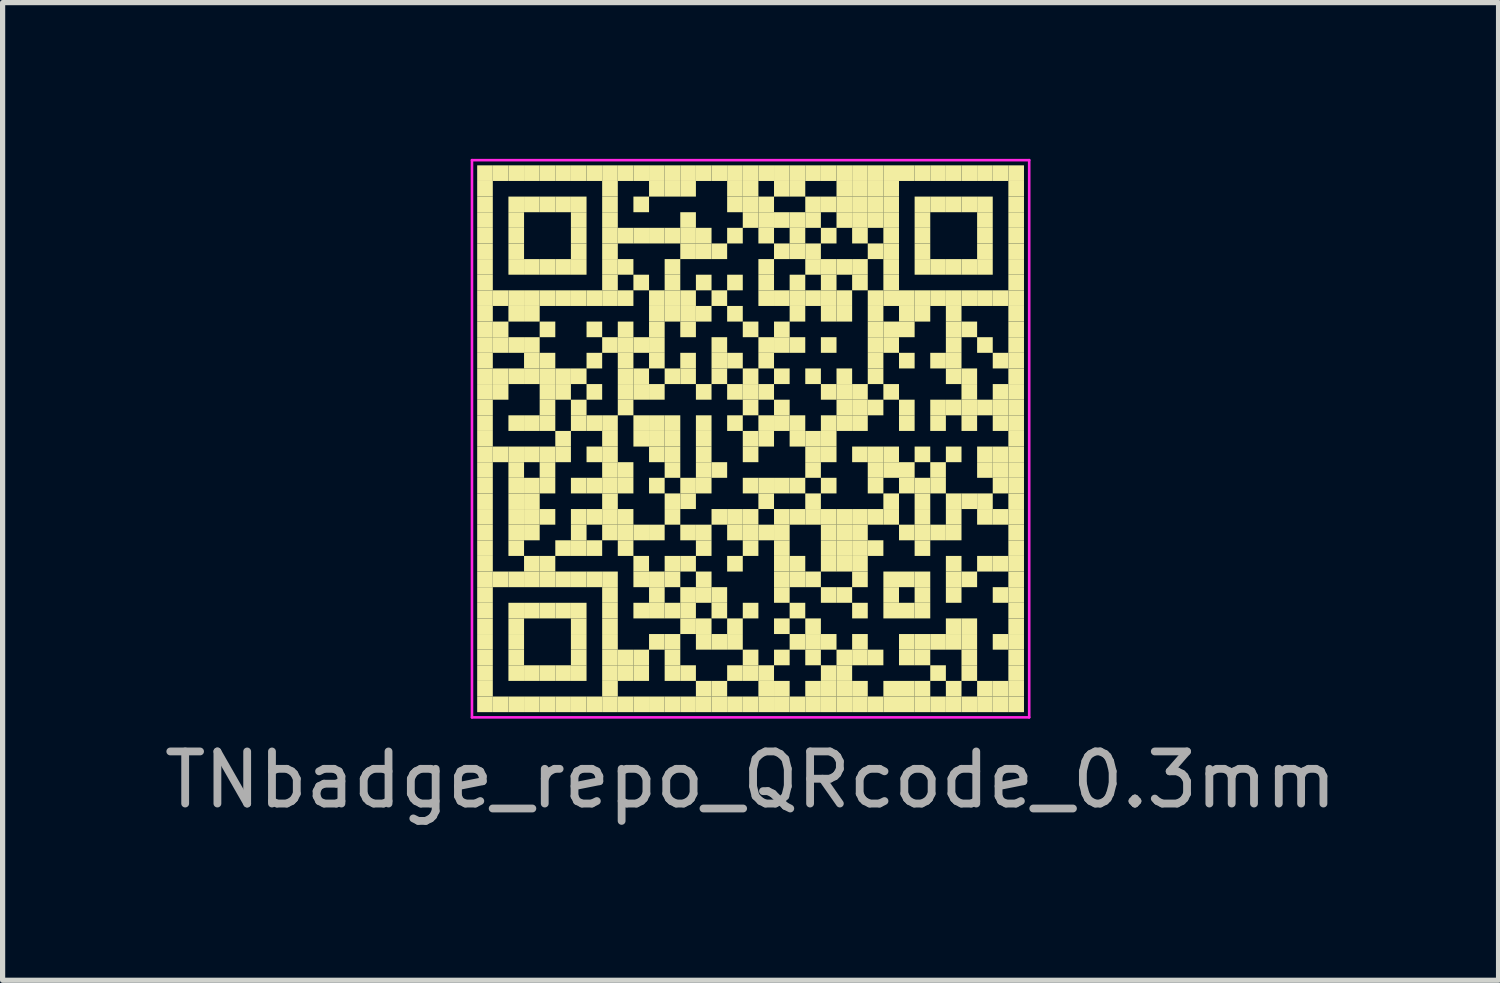
<source format=kicad_pcb>
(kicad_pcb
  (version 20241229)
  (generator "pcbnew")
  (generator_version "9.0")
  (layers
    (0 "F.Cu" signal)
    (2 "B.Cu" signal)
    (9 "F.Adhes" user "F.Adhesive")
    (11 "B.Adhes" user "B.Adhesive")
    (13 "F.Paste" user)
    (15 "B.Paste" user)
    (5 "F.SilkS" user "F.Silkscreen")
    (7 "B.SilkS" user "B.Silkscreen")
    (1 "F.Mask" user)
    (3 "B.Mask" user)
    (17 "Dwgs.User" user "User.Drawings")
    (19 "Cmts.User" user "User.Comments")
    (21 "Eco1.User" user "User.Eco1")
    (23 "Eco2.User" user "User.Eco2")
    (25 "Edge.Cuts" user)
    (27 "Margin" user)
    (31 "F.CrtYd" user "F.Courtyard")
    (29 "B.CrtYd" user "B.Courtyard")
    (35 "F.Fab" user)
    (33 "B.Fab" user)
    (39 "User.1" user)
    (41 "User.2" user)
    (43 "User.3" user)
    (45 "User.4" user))
  (footprint "TNbadge_repo_QRcode_0.3mm"
    (layer "F.Cu")
    (at 11.363 5.375)
    (property "Reference" "TNbadge_repo_QRcode_0.3mm" (at 0 6.55 0) (unlocked yes) (layer "F.Fab") (effects (font (size 1 1) (thickness 0.15))))
    (fp_rect (start -5.25 -5.25) (end -4.95 -4.95) (stroke (width 0) (type default)) (fill yes) (layer "F.SilkS"))
    (fp_rect (start -5.25 -4.95) (end -4.95 -4.65) (stroke (width 0) (type default)) (fill yes) (layer "F.SilkS"))
    (fp_rect (start -5.25 -4.65) (end -4.95 -4.35) (stroke (width 0) (type default)) (fill yes) (layer "F.SilkS"))
    (fp_rect (start -5.25 -4.35) (end -4.95 -4.05) (stroke (width 0) (type default)) (fill yes) (layer "F.SilkS"))
    (fp_rect (start -5.25 -4.05) (end -4.95 -3.75) (stroke (width 0) (type default)) (fill yes) (layer "F.SilkS"))
    (fp_rect (start -5.25 -3.75) (end -4.95 -3.45) (stroke (width 0) (type default)) (fill yes) (layer "F.SilkS"))
    (fp_rect (start -5.25 -3.45) (end -4.95 -3.15) (stroke (width 0) (type default)) (fill yes) (layer "F.SilkS"))
    (fp_rect (start -5.25 -3.15) (end -4.95 -2.85) (stroke (width 0) (type default)) (fill yes) (layer "F.SilkS"))
    (fp_rect (start -5.25 -2.85) (end -4.95 -2.55) (stroke (width 0) (type default)) (fill yes) (layer "F.SilkS"))
    (fp_rect (start -5.25 -2.55) (end -4.95 -2.25) (stroke (width 0) (type default)) (fill yes) (layer "F.SilkS"))
    (fp_rect (start -5.25 -2.25) (end -4.95 -1.95) (stroke (width 0) (type default)) (fill yes) (layer "F.SilkS"))
    (fp_rect (start -5.25 -1.95) (end -4.95 -1.65) (stroke (width 0) (type default)) (fill yes) (layer "F.SilkS"))
    (fp_rect (start -5.25 -1.65) (end -4.95 -1.35) (stroke (width 0) (type default)) (fill yes) (layer "F.SilkS"))
    (fp_rect (start -5.25 -1.35) (end -4.95 -1.05) (stroke (width 0) (type default)) (fill yes) (layer "F.SilkS"))
    (fp_rect (start -5.25 -1.05) (end -4.95 -0.75) (stroke (width 0) (type default)) (fill yes) (layer "F.SilkS"))
    (fp_rect (start -5.25 -0.75) (end -4.95 -0.45) (stroke (width 0) (type default)) (fill yes) (layer "F.SilkS"))
    (fp_rect (start -5.25 -0.45) (end -4.95 -0.15) (stroke (width 0) (type default)) (fill yes) (layer "F.SilkS"))
    (fp_rect (start -5.25 -0.15) (end -4.95 0.15) (stroke (width 0) (type default)) (fill yes) (layer "F.SilkS"))
    (fp_rect (start -5.25 0.15) (end -4.95 0.45) (stroke (width 0) (type default)) (fill yes) (layer "F.SilkS"))
    (fp_rect (start -5.25 0.45) (end -4.95 0.75) (stroke (width 0) (type default)) (fill yes) (layer "F.SilkS"))
    (fp_rect (start -5.25 0.75) (end -4.95 1.05) (stroke (width 0) (type default)) (fill yes) (layer "F.SilkS"))
    (fp_rect (start -5.25 1.05) (end -4.95 1.35) (stroke (width 0) (type default)) (fill yes) (layer "F.SilkS"))
    (fp_rect (start -5.25 1.35) (end -4.95 1.65) (stroke (width 0) (type default)) (fill yes) (layer "F.SilkS"))
    (fp_rect (start -5.25 1.65) (end -4.95 1.95) (stroke (width 0) (type default)) (fill yes) (layer "F.SilkS"))
    (fp_rect (start -5.25 1.95) (end -4.95 2.25) (stroke (width 0) (type default)) (fill yes) (layer "F.SilkS"))
    (fp_rect (start -5.25 2.25) (end -4.95 2.55) (stroke (width 0) (type default)) (fill yes) (layer "F.SilkS"))
    (fp_rect (start -5.25 2.55) (end -4.95 2.85) (stroke (width 0) (type default)) (fill yes) (layer "F.SilkS"))
    (fp_rect (start -5.25 2.85) (end -4.95 3.15) (stroke (width 0) (type default)) (fill yes) (layer "F.SilkS"))
    (fp_rect (start -5.25 3.15) (end -4.95 3.45) (stroke (width 0) (type default)) (fill yes) (layer "F.SilkS"))
    (fp_rect (start -5.25 3.45) (end -4.95 3.75) (stroke (width 0) (type default)) (fill yes) (layer "F.SilkS"))
    (fp_rect (start -5.25 3.75) (end -4.95 4.05) (stroke (width 0) (type default)) (fill yes) (layer "F.SilkS"))
    (fp_rect (start -5.25 4.05) (end -4.95 4.35) (stroke (width 0) (type default)) (fill yes) (layer "F.SilkS"))
    (fp_rect (start -5.25 4.35) (end -4.95 4.65) (stroke (width 0) (type default)) (fill yes) (layer "F.SilkS"))
    (fp_rect (start -5.25 4.65) (end -4.95 4.95) (stroke (width 0) (type default)) (fill yes) (layer "F.SilkS"))
    (fp_rect (start -5.25 4.95) (end -4.95 5.25) (stroke (width 0) (type default)) (fill yes) (layer "F.SilkS"))
    (fp_rect (start -4.95 -5.25) (end -4.65 -4.95) (stroke (width 0) (type default)) (fill yes) (layer "F.SilkS"))
    (fp_rect (start -4.95 -2.85) (end -4.65 -2.55) (stroke (width 0) (type default)) (fill yes) (layer "F.SilkS"))
    (fp_rect (start -4.95 -2.25) (end -4.65 -1.95) (stroke (width 0) (type default)) (fill yes) (layer "F.SilkS"))
    (fp_rect (start -4.95 -1.95) (end -4.65 -1.65) (stroke (width 0) (type default)) (fill yes) (layer "F.SilkS"))
    (fp_rect (start -4.95 -1.35) (end -4.65 -1.05) (stroke (width 0) (type default)) (fill yes) (layer "F.SilkS"))
    (fp_rect (start -4.95 -1.05) (end -4.65 -0.75) (stroke (width 0) (type default)) (fill yes) (layer "F.SilkS"))
    (fp_rect (start -4.95 0.15) (end -4.65 0.45) (stroke (width 0) (type default)) (fill yes) (layer "F.SilkS"))
    (fp_rect (start -4.95 2.55) (end -4.65 2.85) (stroke (width 0) (type default)) (fill yes) (layer "F.SilkS"))
    (fp_rect (start -4.95 4.95) (end -4.65 5.25) (stroke (width 0) (type default)) (fill yes) (layer "F.SilkS"))
    (fp_rect (start -4.65 -5.25) (end -4.35 -4.95) (stroke (width 0) (type default)) (fill yes) (layer "F.SilkS"))
    (fp_rect (start -4.65 -4.65) (end -4.35 -4.35) (stroke (width 0) (type default)) (fill yes) (layer "F.SilkS"))
    (fp_rect (start -4.65 -4.35) (end -4.35 -4.05) (stroke (width 0) (type default)) (fill yes) (layer "F.SilkS"))
    (fp_rect (start -4.65 -4.05) (end -4.35 -3.75) (stroke (width 0) (type default)) (fill yes) (layer "F.SilkS"))
    (fp_rect (start -4.65 -3.75) (end -4.35 -3.45) (stroke (width 0) (type default)) (fill yes) (layer "F.SilkS"))
    (fp_rect (start -4.65 -3.45) (end -4.35 -3.15) (stroke (width 0) (type default)) (fill yes) (layer "F.SilkS"))
    (fp_rect (start -4.65 -2.85) (end -4.35 -2.55) (stroke (width 0) (type default)) (fill yes) (layer "F.SilkS"))
    (fp_rect (start -4.65 -2.55) (end -4.35 -2.25) (stroke (width 0) (type default)) (fill yes) (layer "F.SilkS"))
    (fp_rect (start -4.65 -1.95) (end -4.35 -1.65) (stroke (width 0) (type default)) (fill yes) (layer "F.SilkS"))
    (fp_rect (start -4.65 -1.35) (end -4.35 -1.05) (stroke (width 0) (type default)) (fill yes) (layer "F.SilkS"))
    (fp_rect (start -4.65 -0.45) (end -4.35 -0.15) (stroke (width 0) (type default)) (fill yes) (layer "F.SilkS"))
    (fp_rect (start -4.65 0.15) (end -4.35 0.45) (stroke (width 0) (type default)) (fill yes) (layer "F.SilkS"))
    (fp_rect (start -4.65 0.45) (end -4.35 0.75) (stroke (width 0) (type default)) (fill yes) (layer "F.SilkS"))
    (fp_rect (start -4.65 0.75) (end -4.35 1.05) (stroke (width 0) (type default)) (fill yes) (layer "F.SilkS"))
    (fp_rect (start -4.65 1.05) (end -4.35 1.35) (stroke (width 0) (type default)) (fill yes) (layer "F.SilkS"))
    (fp_rect (start -4.65 1.35) (end -4.35 1.65) (stroke (width 0) (type default)) (fill yes) (layer "F.SilkS"))
    (fp_rect (start -4.65 1.65) (end -4.35 1.95) (stroke (width 0) (type default)) (fill yes) (layer "F.SilkS"))
    (fp_rect (start -4.65 1.95) (end -4.35 2.25) (stroke (width 0) (type default)) (fill yes) (layer "F.SilkS"))
    (fp_rect (start -4.65 2.55) (end -4.35 2.85) (stroke (width 0) (type default)) (fill yes) (layer "F.SilkS"))
    (fp_rect (start -4.65 3.15) (end -4.35 3.45) (stroke (width 0) (type default)) (fill yes) (layer "F.SilkS"))
    (fp_rect (start -4.65 3.45) (end -4.35 3.75) (stroke (width 0) (type default)) (fill yes) (layer "F.SilkS"))
    (fp_rect (start -4.65 3.75) (end -4.35 4.05) (stroke (width 0) (type default)) (fill yes) (layer "F.SilkS"))
    (fp_rect (start -4.65 4.05) (end -4.35 4.35) (stroke (width 0) (type default)) (fill yes) (layer "F.SilkS"))
    (fp_rect (start -4.65 4.35) (end -4.35 4.65) (stroke (width 0) (type default)) (fill yes) (layer "F.SilkS"))
    (fp_rect (start -4.65 4.95) (end -4.35 5.25) (stroke (width 0) (type default)) (fill yes) (layer "F.SilkS"))
    (fp_rect (start -4.35 -5.25) (end -4.05 -4.95) (stroke (width 0) (type default)) (fill yes) (layer "F.SilkS"))
    (fp_rect (start -4.35 -4.65) (end -4.05 -4.35) (stroke (width 0) (type default)) (fill yes) (layer "F.SilkS"))
    (fp_rect (start -4.35 -3.45) (end -4.05 -3.15) (stroke (width 0) (type default)) (fill yes) (layer "F.SilkS"))
    (fp_rect (start -4.35 -2.85) (end -4.05 -2.55) (stroke (width 0) (type default)) (fill yes) (layer "F.SilkS"))
    (fp_rect (start -4.35 -2.55) (end -4.05 -2.25) (stroke (width 0) (type default)) (fill yes) (layer "F.SilkS"))
    (fp_rect (start -4.35 -1.95) (end -4.05 -1.65) (stroke (width 0) (type default)) (fill yes) (layer "F.SilkS"))
    (fp_rect (start -4.35 -1.65) (end -4.05 -1.35) (stroke (width 0) (type default)) (fill yes) (layer "F.SilkS"))
    (fp_rect (start -4.35 -1.35) (end -4.05 -1.05) (stroke (width 0) (type default)) (fill yes) (layer "F.SilkS"))
    (fp_rect (start -4.35 -0.45) (end -4.05 -0.15) (stroke (width 0) (type default)) (fill yes) (layer "F.SilkS"))
    (fp_rect (start -4.35 0.15) (end -4.05 0.45) (stroke (width 0) (type default)) (fill yes) (layer "F.SilkS"))
    (fp_rect (start -4.35 0.75) (end -4.05 1.05) (stroke (width 0) (type default)) (fill yes) (layer "F.SilkS"))
    (fp_rect (start -4.35 1.05) (end -4.05 1.35) (stroke (width 0) (type default)) (fill yes) (layer "F.SilkS"))
    (fp_rect (start -4.35 1.35) (end -4.05 1.65) (stroke (width 0) (type default)) (fill yes) (layer "F.SilkS"))
    (fp_rect (start -4.35 1.65) (end -4.05 1.95) (stroke (width 0) (type default)) (fill yes) (layer "F.SilkS"))
    (fp_rect (start -4.35 2.25) (end -4.05 2.55) (stroke (width 0) (type default)) (fill yes) (layer "F.SilkS"))
    (fp_rect (start -4.35 2.55) (end -4.05 2.85) (stroke (width 0) (type default)) (fill yes) (layer "F.SilkS"))
    (fp_rect (start -4.35 3.15) (end -4.05 3.45) (stroke (width 0) (type default)) (fill yes) (layer "F.SilkS"))
    (fp_rect (start -4.35 4.35) (end -4.05 4.65) (stroke (width 0) (type default)) (fill yes) (layer "F.SilkS"))
    (fp_rect (start -4.35 4.95) (end -4.05 5.25) (stroke (width 0) (type default)) (fill yes) (layer "F.SilkS"))
    (fp_rect (start -4.05 -5.25) (end -3.75 -4.95) (stroke (width 0) (type default)) (fill yes) (layer "F.SilkS"))
    (fp_rect (start -4.05 -4.65) (end -3.75 -4.35) (stroke (width 0) (type default)) (fill yes) (layer "F.SilkS"))
    (fp_rect (start -4.05 -3.45) (end -3.75 -3.15) (stroke (width 0) (type default)) (fill yes) (layer "F.SilkS"))
    (fp_rect (start -4.05 -2.85) (end -3.75 -2.55) (stroke (width 0) (type default)) (fill yes) (layer "F.SilkS"))
    (fp_rect (start -4.05 -2.25) (end -3.75 -1.95) (stroke (width 0) (type default)) (fill yes) (layer "F.SilkS"))
    (fp_rect (start -4.05 -1.65) (end -3.75 -1.35) (stroke (width 0) (type default)) (fill yes) (layer "F.SilkS"))
    (fp_rect (start -4.05 -1.35) (end -3.75 -1.05) (stroke (width 0) (type default)) (fill yes) (layer "F.SilkS"))
    (fp_rect (start -4.05 -1.05) (end -3.75 -0.75) (stroke (width 0) (type default)) (fill yes) (layer "F.SilkS"))
    (fp_rect (start -4.05 -0.75) (end -3.75 -0.45) (stroke (width 0) (type default)) (fill yes) (layer "F.SilkS"))
    (fp_rect (start -4.05 -0.45) (end -3.75 -0.15) (stroke (width 0) (type default)) (fill yes) (layer "F.SilkS"))
    (fp_rect (start -4.05 0.15) (end -3.75 0.45) (stroke (width 0) (type default)) (fill yes) (layer "F.SilkS"))
    (fp_rect (start -4.05 0.45) (end -3.75 0.75) (stroke (width 0) (type default)) (fill yes) (layer "F.SilkS"))
    (fp_rect (start -4.05 0.75) (end -3.75 1.05) (stroke (width 0) (type default)) (fill yes) (layer "F.SilkS"))
    (fp_rect (start -4.05 1.35) (end -3.75 1.65) (stroke (width 0) (type default)) (fill yes) (layer "F.SilkS"))
    (fp_rect (start -4.05 2.25) (end -3.75 2.55) (stroke (width 0) (type default)) (fill yes) (layer "F.SilkS"))
    (fp_rect (start -4.05 2.55) (end -3.75 2.85) (stroke (width 0) (type default)) (fill yes) (layer "F.SilkS"))
    (fp_rect (start -4.05 3.15) (end -3.75 3.45) (stroke (width 0) (type default)) (fill yes) (layer "F.SilkS"))
    (fp_rect (start -4.05 4.35) (end -3.75 4.65) (stroke (width 0) (type default)) (fill yes) (layer "F.SilkS"))
    (fp_rect (start -4.05 4.95) (end -3.75 5.25) (stroke (width 0) (type default)) (fill yes) (layer "F.SilkS"))
    (fp_rect (start -3.75 -5.25) (end -3.45 -4.95) (stroke (width 0) (type default)) (fill yes) (layer "F.SilkS"))
    (fp_rect (start -3.75 -4.65) (end -3.45 -4.35) (stroke (width 0) (type default)) (fill yes) (layer "F.SilkS"))
    (fp_rect (start -3.75 -3.45) (end -3.45 -3.15) (stroke (width 0) (type default)) (fill yes) (layer "F.SilkS"))
    (fp_rect (start -3.75 -2.85) (end -3.45 -2.55) (stroke (width 0) (type default)) (fill yes) (layer "F.SilkS"))
    (fp_rect (start -3.75 -1.35) (end -3.45 -1.05) (stroke (width 0) (type default)) (fill yes) (layer "F.SilkS"))
    (fp_rect (start -3.75 -1.05) (end -3.45 -0.75) (stroke (width 0) (type default)) (fill yes) (layer "F.SilkS"))
    (fp_rect (start -3.75 -0.15) (end -3.45 0.15) (stroke (width 0) (type default)) (fill yes) (layer "F.SilkS"))
    (fp_rect (start -3.75 0.15) (end -3.45 0.45) (stroke (width 0) (type default)) (fill yes) (layer "F.SilkS"))
    (fp_rect (start -3.75 1.95) (end -3.45 2.25) (stroke (width 0) (type default)) (fill yes) (layer "F.SilkS"))
    (fp_rect (start -3.75 2.55) (end -3.45 2.85) (stroke (width 0) (type default)) (fill yes) (layer "F.SilkS"))
    (fp_rect (start -3.75 3.15) (end -3.45 3.45) (stroke (width 0) (type default)) (fill yes) (layer "F.SilkS"))
    (fp_rect (start -3.75 4.35) (end -3.45 4.65) (stroke (width 0) (type default)) (fill yes) (layer "F.SilkS"))
    (fp_rect (start -3.75 4.95) (end -3.45 5.25) (stroke (width 0) (type default)) (fill yes) (layer "F.SilkS"))
    (fp_rect (start -3.45 -5.25) (end -3.15 -4.95) (stroke (width 0) (type default)) (fill yes) (layer "F.SilkS"))
    (fp_rect (start -3.45 -4.65) (end -3.15 -4.35) (stroke (width 0) (type default)) (fill yes) (layer "F.SilkS"))
    (fp_rect (start -3.45 -4.35) (end -3.15 -4.05) (stroke (width 0) (type default)) (fill yes) (layer "F.SilkS"))
    (fp_rect (start -3.45 -4.05) (end -3.15 -3.75) (stroke (width 0) (type default)) (fill yes) (layer "F.SilkS"))
    (fp_rect (start -3.45 -3.75) (end -3.15 -3.45) (stroke (width 0) (type default)) (fill yes) (layer "F.SilkS"))
    (fp_rect (start -3.45 -3.45) (end -3.15 -3.15) (stroke (width 0) (type default)) (fill yes) (layer "F.SilkS"))
    (fp_rect (start -3.45 -2.85) (end -3.15 -2.55) (stroke (width 0) (type default)) (fill yes) (layer "F.SilkS"))
    (fp_rect (start -3.45 -1.35) (end -3.15 -1.05) (stroke (width 0) (type default)) (fill yes) (layer "F.SilkS"))
    (fp_rect (start -3.45 -0.75) (end -3.15 -0.45) (stroke (width 0) (type default)) (fill yes) (layer "F.SilkS"))
    (fp_rect (start -3.45 -0.45) (end -3.15 -0.15) (stroke (width 0) (type default)) (fill yes) (layer "F.SilkS"))
    (fp_rect (start -3.45 0.75) (end -3.15 1.05) (stroke (width 0) (type default)) (fill yes) (layer "F.SilkS"))
    (fp_rect (start -3.45 1.35) (end -3.15 1.65) (stroke (width 0) (type default)) (fill yes) (layer "F.SilkS"))
    (fp_rect (start -3.45 1.65) (end -3.15 1.95) (stroke (width 0) (type default)) (fill yes) (layer "F.SilkS"))
    (fp_rect (start -3.45 1.95) (end -3.15 2.25) (stroke (width 0) (type default)) (fill yes) (layer "F.SilkS"))
    (fp_rect (start -3.45 2.55) (end -3.15 2.85) (stroke (width 0) (type default)) (fill yes) (layer "F.SilkS"))
    (fp_rect (start -3.45 3.15) (end -3.15 3.45) (stroke (width 0) (type default)) (fill yes) (layer "F.SilkS"))
    (fp_rect (start -3.45 3.45) (end -3.15 3.75) (stroke (width 0) (type default)) (fill yes) (layer "F.SilkS"))
    (fp_rect (start -3.45 3.75) (end -3.15 4.05) (stroke (width 0) (type default)) (fill yes) (layer "F.SilkS"))
    (fp_rect (start -3.45 4.05) (end -3.15 4.35) (stroke (width 0) (type default)) (fill yes) (layer "F.SilkS"))
    (fp_rect (start -3.45 4.35) (end -3.15 4.65) (stroke (width 0) (type default)) (fill yes) (layer "F.SilkS"))
    (fp_rect (start -3.45 4.95) (end -3.15 5.25) (stroke (width 0) (type default)) (fill yes) (layer "F.SilkS"))
    (fp_rect (start -3.15 -5.25) (end -2.85 -4.95) (stroke (width 0) (type default)) (fill yes) (layer "F.SilkS"))
    (fp_rect (start -3.15 -2.85) (end -2.85 -2.55) (stroke (width 0) (type default)) (fill yes) (layer "F.SilkS"))
    (fp_rect (start -3.15 -2.25) (end -2.85 -1.95) (stroke (width 0) (type default)) (fill yes) (layer "F.SilkS"))
    (fp_rect (start -3.15 -1.65) (end -2.85 -1.35) (stroke (width 0) (type default)) (fill yes) (layer "F.SilkS"))
    (fp_rect (start -3.15 -1.05) (end -2.85 -0.75) (stroke (width 0) (type default)) (fill yes) (layer "F.SilkS"))
    (fp_rect (start -3.15 -0.45) (end -2.85 -0.15) (stroke (width 0) (type default)) (fill yes) (layer "F.SilkS"))
    (fp_rect (start -3.15 0.15) (end -2.85 0.45) (stroke (width 0) (type default)) (fill yes) (layer "F.SilkS"))
    (fp_rect (start -3.15 0.75) (end -2.85 1.05) (stroke (width 0) (type default)) (fill yes) (layer "F.SilkS"))
    (fp_rect (start -3.15 1.35) (end -2.85 1.65) (stroke (width 0) (type default)) (fill yes) (layer "F.SilkS"))
    (fp_rect (start -3.15 1.95) (end -2.85 2.25) (stroke (width 0) (type default)) (fill yes) (layer "F.SilkS"))
    (fp_rect (start -3.15 2.55) (end -2.85 2.85) (stroke (width 0) (type default)) (fill yes) (layer "F.SilkS"))
    (fp_rect (start -3.15 4.95) (end -2.85 5.25) (stroke (width 0) (type default)) (fill yes) (layer "F.SilkS"))
    (fp_rect (start -2.85 -5.25) (end -2.55 -4.95) (stroke (width 0) (type default)) (fill yes) (layer "F.SilkS"))
    (fp_rect (start -2.85 -4.95) (end -2.55 -4.65) (stroke (width 0) (type default)) (fill yes) (layer "F.SilkS"))
    (fp_rect (start -2.85 -4.65) (end -2.55 -4.35) (stroke (width 0) (type default)) (fill yes) (layer "F.SilkS"))
    (fp_rect (start -2.85 -4.35) (end -2.55 -4.05) (stroke (width 0) (type default)) (fill yes) (layer "F.SilkS"))
    (fp_rect (start -2.85 -4.05) (end -2.55 -3.75) (stroke (width 0) (type default)) (fill yes) (layer "F.SilkS"))
    (fp_rect (start -2.85 -3.75) (end -2.55 -3.45) (stroke (width 0) (type default)) (fill yes) (layer "F.SilkS"))
    (fp_rect (start -2.85 -3.45) (end -2.55 -3.15) (stroke (width 0) (type default)) (fill yes) (layer "F.SilkS"))
    (fp_rect (start -2.85 -3.15) (end -2.55 -2.85) (stroke (width 0) (type default)) (fill yes) (layer "F.SilkS"))
    (fp_rect (start -2.85 -2.85) (end -2.55 -2.55) (stroke (width 0) (type default)) (fill yes) (layer "F.SilkS"))
    (fp_rect (start -2.85 -1.95) (end -2.55 -1.65) (stroke (width 0) (type default)) (fill yes) (layer "F.SilkS"))
    (fp_rect (start -2.85 -0.45) (end -2.55 -0.15) (stroke (width 0) (type default)) (fill yes) (layer "F.SilkS"))
    (fp_rect (start -2.85 -0.15) (end -2.55 0.15) (stroke (width 0) (type default)) (fill yes) (layer "F.SilkS"))
    (fp_rect (start -2.85 0.15) (end -2.55 0.45) (stroke (width 0) (type default)) (fill yes) (layer "F.SilkS"))
    (fp_rect (start -2.85 0.45) (end -2.55 0.75) (stroke (width 0) (type default)) (fill yes) (layer "F.SilkS"))
    (fp_rect (start -2.85 0.75) (end -2.55 1.05) (stroke (width 0) (type default)) (fill yes) (layer "F.SilkS"))
    (fp_rect (start -2.85 1.05) (end -2.55 1.35) (stroke (width 0) (type default)) (fill yes) (layer "F.SilkS"))
    (fp_rect (start -2.85 1.35) (end -2.55 1.65) (stroke (width 0) (type default)) (fill yes) (layer "F.SilkS"))
    (fp_rect (start -2.85 1.65) (end -2.55 1.95) (stroke (width 0) (type default)) (fill yes) (layer "F.SilkS"))
    (fp_rect (start -2.85 2.55) (end -2.55 2.85) (stroke (width 0) (type default)) (fill yes) (layer "F.SilkS"))
    (fp_rect (start -2.85 2.85) (end -2.55 3.15) (stroke (width 0) (type default)) (fill yes) (layer "F.SilkS"))
    (fp_rect (start -2.85 3.15) (end -2.55 3.45) (stroke (width 0) (type default)) (fill yes) (layer "F.SilkS"))
    (fp_rect (start -2.85 3.45) (end -2.55 3.75) (stroke (width 0) (type default)) (fill yes) (layer "F.SilkS"))
    (fp_rect (start -2.85 3.75) (end -2.55 4.05) (stroke (width 0) (type default)) (fill yes) (layer "F.SilkS"))
    (fp_rect (start -2.85 4.05) (end -2.55 4.35) (stroke (width 0) (type default)) (fill yes) (layer "F.SilkS"))
    (fp_rect (start -2.85 4.35) (end -2.55 4.65) (stroke (width 0) (type default)) (fill yes) (layer "F.SilkS"))
    (fp_rect (start -2.85 4.65) (end -2.55 4.95) (stroke (width 0) (type default)) (fill yes) (layer "F.SilkS"))
    (fp_rect (start -2.85 4.95) (end -2.55 5.25) (stroke (width 0) (type default)) (fill yes) (layer "F.SilkS"))
    (fp_rect (start -2.55 -5.25) (end -2.25 -4.95) (stroke (width 0) (type default)) (fill yes) (layer "F.SilkS"))
    (fp_rect (start -2.55 -4.05) (end -2.25 -3.75) (stroke (width 0) (type default)) (fill yes) (layer "F.SilkS"))
    (fp_rect (start -2.55 -3.45) (end -2.25 -3.15) (stroke (width 0) (type default)) (fill yes) (layer "F.SilkS"))
    (fp_rect (start -2.55 -2.85) (end -2.25 -2.55) (stroke (width 0) (type default)) (fill yes) (layer "F.SilkS"))
    (fp_rect (start -2.55 -2.25) (end -2.25 -1.95) (stroke (width 0) (type default)) (fill yes) (layer "F.SilkS"))
    (fp_rect (start -2.55 -1.95) (end -2.25 -1.65) (stroke (width 0) (type default)) (fill yes) (layer "F.SilkS"))
    (fp_rect (start -2.55 -1.65) (end -2.25 -1.35) (stroke (width 0) (type default)) (fill yes) (layer "F.SilkS"))
    (fp_rect (start -2.55 -1.35) (end -2.25 -1.05) (stroke (width 0) (type default)) (fill yes) (layer "F.SilkS"))
    (fp_rect (start -2.55 -1.05) (end -2.25 -0.75) (stroke (width 0) (type default)) (fill yes) (layer "F.SilkS"))
    (fp_rect (start -2.55 -0.75) (end -2.25 -0.45) (stroke (width 0) (type default)) (fill yes) (layer "F.SilkS"))
    (fp_rect (start -2.55 0.45) (end -2.25 0.75) (stroke (width 0) (type default)) (fill yes) (layer "F.SilkS"))
    (fp_rect (start -2.55 0.75) (end -2.25 1.05) (stroke (width 0) (type default)) (fill yes) (layer "F.SilkS"))
    (fp_rect (start -2.55 1.35) (end -2.25 1.65) (stroke (width 0) (type default)) (fill yes) (layer "F.SilkS"))
    (fp_rect (start -2.55 1.65) (end -2.25 1.95) (stroke (width 0) (type default)) (fill yes) (layer "F.SilkS"))
    (fp_rect (start -2.55 1.95) (end -2.25 2.25) (stroke (width 0) (type default)) (fill yes) (layer "F.SilkS"))
    (fp_rect (start -2.55 4.05) (end -2.25 4.35) (stroke (width 0) (type default)) (fill yes) (layer "F.SilkS"))
    (fp_rect (start -2.55 4.35) (end -2.25 4.65) (stroke (width 0) (type default)) (fill yes) (layer "F.SilkS"))
    (fp_rect (start -2.55 4.95) (end -2.25 5.25) (stroke (width 0) (type default)) (fill yes) (layer "F.SilkS"))
    (fp_rect (start -2.25 -5.25) (end -1.95 -4.95) (stroke (width 0) (type default)) (fill yes) (layer "F.SilkS"))
    (fp_rect (start -2.25 -4.65) (end -1.95 -4.35) (stroke (width 0) (type default)) (fill yes) (layer "F.SilkS"))
    (fp_rect (start -2.25 -4.05) (end -1.95 -3.75) (stroke (width 0) (type default)) (fill yes) (layer "F.SilkS"))
    (fp_rect (start -2.25 -3.15) (end -1.95 -2.85) (stroke (width 0) (type default)) (fill yes) (layer "F.SilkS"))
    (fp_rect (start -2.25 -1.95) (end -1.95 -1.65) (stroke (width 0) (type default)) (fill yes) (layer "F.SilkS"))
    (fp_rect (start -2.25 -1.35) (end -1.95 -1.05) (stroke (width 0) (type default)) (fill yes) (layer "F.SilkS"))
    (fp_rect (start -2.25 -1.05) (end -1.95 -0.75) (stroke (width 0) (type default)) (fill yes) (layer "F.SilkS"))
    (fp_rect (start -2.25 -0.45) (end -1.95 -0.15) (stroke (width 0) (type default)) (fill yes) (layer "F.SilkS"))
    (fp_rect (start -2.25 -0.15) (end -1.95 0.15) (stroke (width 0) (type default)) (fill yes) (layer "F.SilkS"))
    (fp_rect (start -2.25 1.65) (end -1.95 1.95) (stroke (width 0) (type default)) (fill yes) (layer "F.SilkS"))
    (fp_rect (start -2.25 2.25) (end -1.95 2.55) (stroke (width 0) (type default)) (fill yes) (layer "F.SilkS"))
    (fp_rect (start -2.25 2.55) (end -1.95 2.85) (stroke (width 0) (type default)) (fill yes) (layer "F.SilkS"))
    (fp_rect (start -2.25 3.15) (end -1.95 3.45) (stroke (width 0) (type default)) (fill yes) (layer "F.SilkS"))
    (fp_rect (start -2.25 4.05) (end -1.95 4.35) (stroke (width 0) (type default)) (fill yes) (layer "F.SilkS"))
    (fp_rect (start -2.25 4.35) (end -1.95 4.65) (stroke (width 0) (type default)) (fill yes) (layer "F.SilkS"))
    (fp_rect (start -2.25 4.95) (end -1.95 5.25) (stroke (width 0) (type default)) (fill yes) (layer "F.SilkS"))
    (fp_rect (start -1.95 -5.25) (end -1.65 -4.95) (stroke (width 0) (type default)) (fill yes) (layer "F.SilkS"))
    (fp_rect (start -1.95 -4.95) (end -1.65 -4.65) (stroke (width 0) (type default)) (fill yes) (layer "F.SilkS"))
    (fp_rect (start -1.95 -4.05) (end -1.65 -3.75) (stroke (width 0) (type default)) (fill yes) (layer "F.SilkS"))
    (fp_rect (start -1.95 -2.85) (end -1.65 -2.55) (stroke (width 0) (type default)) (fill yes) (layer "F.SilkS"))
    (fp_rect (start -1.95 -2.55) (end -1.65 -2.25) (stroke (width 0) (type default)) (fill yes) (layer "F.SilkS"))
    (fp_rect (start -1.95 -2.25) (end -1.65 -1.95) (stroke (width 0) (type default)) (fill yes) (layer "F.SilkS"))
    (fp_rect (start -1.95 -1.95) (end -1.65 -1.65) (stroke (width 0) (type default)) (fill yes) (layer "F.SilkS"))
    (fp_rect (start -1.95 -1.65) (end -1.65 -1.35) (stroke (width 0) (type default)) (fill yes) (layer "F.SilkS"))
    (fp_rect (start -1.95 -1.05) (end -1.65 -0.75) (stroke (width 0) (type default)) (fill yes) (layer "F.SilkS"))
    (fp_rect (start -1.95 -0.45) (end -1.65 -0.15) (stroke (width 0) (type default)) (fill yes) (layer "F.SilkS"))
    (fp_rect (start -1.95 -0.15) (end -1.65 0.15) (stroke (width 0) (type default)) (fill yes) (layer "F.SilkS"))
    (fp_rect (start -1.95 0.15) (end -1.65 0.45) (stroke (width 0) (type default)) (fill yes) (layer "F.SilkS"))
    (fp_rect (start -1.95 0.75) (end -1.65 1.05) (stroke (width 0) (type default)) (fill yes) (layer "F.SilkS"))
    (fp_rect (start -1.95 1.65) (end -1.65 1.95) (stroke (width 0) (type default)) (fill yes) (layer "F.SilkS"))
    (fp_rect (start -1.95 2.55) (end -1.65 2.85) (stroke (width 0) (type default)) (fill yes) (layer "F.SilkS"))
    (fp_rect (start -1.95 2.85) (end -1.65 3.15) (stroke (width 0) (type default)) (fill yes) (layer "F.SilkS"))
    (fp_rect (start -1.95 3.15) (end -1.65 3.45) (stroke (width 0) (type default)) (fill yes) (layer "F.SilkS"))
    (fp_rect (start -1.95 3.75) (end -1.65 4.05) (stroke (width 0) (type default)) (fill yes) (layer "F.SilkS"))
    (fp_rect (start -1.95 4.95) (end -1.65 5.25) (stroke (width 0) (type default)) (fill yes) (layer "F.SilkS"))
    (fp_rect (start -1.65 -5.25) (end -1.35 -4.95) (stroke (width 0) (type default)) (fill yes) (layer "F.SilkS"))
    (fp_rect (start -1.65 -4.95) (end -1.35 -4.65) (stroke (width 0) (type default)) (fill yes) (layer "F.SilkS"))
    (fp_rect (start -1.65 -4.05) (end -1.35 -3.75) (stroke (width 0) (type default)) (fill yes) (layer "F.SilkS"))
    (fp_rect (start -1.65 -3.45) (end -1.35 -3.15) (stroke (width 0) (type default)) (fill yes) (layer "F.SilkS"))
    (fp_rect (start -1.65 -3.15) (end -1.35 -2.85) (stroke (width 0) (type default)) (fill yes) (layer "F.SilkS"))
    (fp_rect (start -1.65 -2.85) (end -1.35 -2.55) (stroke (width 0) (type default)) (fill yes) (layer "F.SilkS"))
    (fp_rect (start -1.65 -2.55) (end -1.35 -2.25) (stroke (width 0) (type default)) (fill yes) (layer "F.SilkS"))
    (fp_rect (start -1.65 -1.35) (end -1.35 -1.05) (stroke (width 0) (type default)) (fill yes) (layer "F.SilkS"))
    (fp_rect (start -1.65 -0.45) (end -1.35 -0.15) (stroke (width 0) (type default)) (fill yes) (layer "F.SilkS"))
    (fp_rect (start -1.65 -0.15) (end -1.35 0.15) (stroke (width 0) (type default)) (fill yes) (layer "F.SilkS"))
    (fp_rect (start -1.65 0.15) (end -1.35 0.45) (stroke (width 0) (type default)) (fill yes) (layer "F.SilkS"))
    (fp_rect (start -1.65 0.45) (end -1.35 0.75) (stroke (width 0) (type default)) (fill yes) (layer "F.SilkS"))
    (fp_rect (start -1.65 1.05) (end -1.35 1.35) (stroke (width 0) (type default)) (fill yes) (layer "F.SilkS"))
    (fp_rect (start -1.65 1.35) (end -1.35 1.65) (stroke (width 0) (type default)) (fill yes) (layer "F.SilkS"))
    (fp_rect (start -1.65 2.25) (end -1.35 2.55) (stroke (width 0) (type default)) (fill yes) (layer "F.SilkS"))
    (fp_rect (start -1.65 2.55) (end -1.35 2.85) (stroke (width 0) (type default)) (fill yes) (layer "F.SilkS"))
    (fp_rect (start -1.65 3.15) (end -1.35 3.45) (stroke (width 0) (type default)) (fill yes) (layer "F.SilkS"))
    (fp_rect (start -1.65 3.75) (end -1.35 4.05) (stroke (width 0) (type default)) (fill yes) (layer "F.SilkS"))
    (fp_rect (start -1.65 4.05) (end -1.35 4.35) (stroke (width 0) (type default)) (fill yes) (layer "F.SilkS"))
    (fp_rect (start -1.65 4.35) (end -1.35 4.65) (stroke (width 0) (type default)) (fill yes) (layer "F.SilkS"))
    (fp_rect (start -1.65 4.95) (end -1.35 5.25) (stroke (width 0) (type default)) (fill yes) (layer "F.SilkS"))
    (fp_rect (start -1.35 -5.25) (end -1.05 -4.95) (stroke (width 0) (type default)) (fill yes) (layer "F.SilkS"))
    (fp_rect (start -1.35 -4.95) (end -1.05 -4.65) (stroke (width 0) (type default)) (fill yes) (layer "F.SilkS"))
    (fp_rect (start -1.35 -4.35) (end -1.05 -4.05) (stroke (width 0) (type default)) (fill yes) (layer "F.SilkS"))
    (fp_rect (start -1.35 -4.05) (end -1.05 -3.75) (stroke (width 0) (type default)) (fill yes) (layer "F.SilkS"))
    (fp_rect (start -1.35 -3.75) (end -1.05 -3.45) (stroke (width 0) (type default)) (fill yes) (layer "F.SilkS"))
    (fp_rect (start -1.35 -2.85) (end -1.05 -2.55) (stroke (width 0) (type default)) (fill yes) (layer "F.SilkS"))
    (fp_rect (start -1.35 -2.55) (end -1.05 -2.25) (stroke (width 0) (type default)) (fill yes) (layer "F.SilkS"))
    (fp_rect (start -1.35 -2.25) (end -1.05 -1.95) (stroke (width 0) (type default)) (fill yes) (layer "F.SilkS"))
    (fp_rect (start -1.35 -1.65) (end -1.05 -1.35) (stroke (width 0) (type default)) (fill yes) (layer "F.SilkS"))
    (fp_rect (start -1.35 -1.35) (end -1.05 -1.05) (stroke (width 0) (type default)) (fill yes) (layer "F.SilkS"))
    (fp_rect (start -1.35 0.75) (end -1.05 1.05) (stroke (width 0) (type default)) (fill yes) (layer "F.SilkS"))
    (fp_rect (start -1.35 1.05) (end -1.05 1.35) (stroke (width 0) (type default)) (fill yes) (layer "F.SilkS"))
    (fp_rect (start -1.35 1.65) (end -1.05 1.95) (stroke (width 0) (type default)) (fill yes) (layer "F.SilkS"))
    (fp_rect (start -1.35 2.25) (end -1.05 2.55) (stroke (width 0) (type default)) (fill yes) (layer "F.SilkS"))
    (fp_rect (start -1.35 2.85) (end -1.05 3.15) (stroke (width 0) (type default)) (fill yes) (layer "F.SilkS"))
    (fp_rect (start -1.35 3.15) (end -1.05 3.45) (stroke (width 0) (type default)) (fill yes) (layer "F.SilkS"))
    (fp_rect (start -1.35 3.45) (end -1.05 3.75) (stroke (width 0) (type default)) (fill yes) (layer "F.SilkS"))
    (fp_rect (start -1.35 4.35) (end -1.05 4.65) (stroke (width 0) (type default)) (fill yes) (layer "F.SilkS"))
    (fp_rect (start -1.35 4.95) (end -1.05 5.25) (stroke (width 0) (type default)) (fill yes) (layer "F.SilkS"))
    (fp_rect (start -1.05 -5.25) (end -0.75 -4.95) (stroke (width 0) (type default)) (fill yes) (layer "F.SilkS"))
    (fp_rect (start -1.05 -4.05) (end -0.75 -3.75) (stroke (width 0) (type default)) (fill yes) (layer "F.SilkS"))
    (fp_rect (start -1.05 -3.75) (end -0.75 -3.45) (stroke (width 0) (type default)) (fill yes) (layer "F.SilkS"))
    (fp_rect (start -1.05 -3.15) (end -0.75 -2.85) (stroke (width 0) (type default)) (fill yes) (layer "F.SilkS"))
    (fp_rect (start -1.05 -2.55) (end -0.75 -2.25) (stroke (width 0) (type default)) (fill yes) (layer "F.SilkS"))
    (fp_rect (start -1.05 -1.05) (end -0.75 -0.75) (stroke (width 0) (type default)) (fill yes) (layer "F.SilkS"))
    (fp_rect (start -1.05 -0.45) (end -0.75 -0.15) (stroke (width 0) (type default)) (fill yes) (layer "F.SilkS"))
    (fp_rect (start -1.05 -0.15) (end -0.75 0.15) (stroke (width 0) (type default)) (fill yes) (layer "F.SilkS"))
    (fp_rect (start -1.05 0.15) (end -0.75 0.45) (stroke (width 0) (type default)) (fill yes) (layer "F.SilkS"))
    (fp_rect (start -1.05 0.45) (end -0.75 0.75) (stroke (width 0) (type default)) (fill yes) (layer "F.SilkS"))
    (fp_rect (start -1.05 0.75) (end -0.75 1.05) (stroke (width 0) (type default)) (fill yes) (layer "F.SilkS"))
    (fp_rect (start -1.05 1.65) (end -0.75 1.95) (stroke (width 0) (type default)) (fill yes) (layer "F.SilkS"))
    (fp_rect (start -1.05 1.95) (end -0.75 2.25) (stroke (width 0) (type default)) (fill yes) (layer "F.SilkS"))
    (fp_rect (start -1.05 2.55) (end -0.75 2.85) (stroke (width 0) (type default)) (fill yes) (layer "F.SilkS"))
    (fp_rect (start -1.05 2.85) (end -0.75 3.15) (stroke (width 0) (type default)) (fill yes) (layer "F.SilkS"))
    (fp_rect (start -1.05 3.45) (end -0.75 3.75) (stroke (width 0) (type default)) (fill yes) (layer "F.SilkS"))
    (fp_rect (start -1.05 3.75) (end -0.75 4.05) (stroke (width 0) (type default)) (fill yes) (layer "F.SilkS"))
    (fp_rect (start -1.05 4.65) (end -0.75 4.95) (stroke (width 0) (type default)) (fill yes) (layer "F.SilkS"))
    (fp_rect (start -1.05 4.95) (end -0.75 5.25) (stroke (width 0) (type default)) (fill yes) (layer "F.SilkS"))
    (fp_rect (start -0.75 -5.25) (end -0.45 -4.95) (stroke (width 0) (type default)) (fill yes) (layer "F.SilkS"))
    (fp_rect (start -0.75 -3.75) (end -0.45 -3.45) (stroke (width 0) (type default)) (fill yes) (layer "F.SilkS"))
    (fp_rect (start -0.75 -2.85) (end -0.45 -2.55) (stroke (width 0) (type default)) (fill yes) (layer "F.SilkS"))
    (fp_rect (start -0.75 -1.95) (end -0.45 -1.65) (stroke (width 0) (type default)) (fill yes) (layer "F.SilkS"))
    (fp_rect (start -0.75 -1.65) (end -0.45 -1.35) (stroke (width 0) (type default)) (fill yes) (layer "F.SilkS"))
    (fp_rect (start -0.75 -1.35) (end -0.45 -1.05) (stroke (width 0) (type default)) (fill yes) (layer "F.SilkS"))
    (fp_rect (start -0.75 0.45) (end -0.45 0.75) (stroke (width 0) (type default)) (fill yes) (layer "F.SilkS"))
    (fp_rect (start -0.75 1.35) (end -0.45 1.65) (stroke (width 0) (type default)) (fill yes) (layer "F.SilkS"))
    (fp_rect (start -0.75 2.85) (end -0.45 3.15) (stroke (width 0) (type default)) (fill yes) (layer "F.SilkS"))
    (fp_rect (start -0.75 3.15) (end -0.45 3.45) (stroke (width 0) (type default)) (fill yes) (layer "F.SilkS"))
    (fp_rect (start -0.75 3.75) (end -0.45 4.05) (stroke (width 0) (type default)) (fill yes) (layer "F.SilkS"))
    (fp_rect (start -0.75 4.65) (end -0.45 4.95) (stroke (width 0) (type default)) (fill yes) (layer "F.SilkS"))
    (fp_rect (start -0.75 4.95) (end -0.45 5.25) (stroke (width 0) (type default)) (fill yes) (layer "F.SilkS"))
    (fp_rect (start -0.45 -5.25) (end -0.15 -4.95) (stroke (width 0) (type default)) (fill yes) (layer "F.SilkS"))
    (fp_rect (start -0.45 -4.95) (end -0.15 -4.65) (stroke (width 0) (type default)) (fill yes) (layer "F.SilkS"))
    (fp_rect (start -0.45 -4.65) (end -0.15 -4.35) (stroke (width 0) (type default)) (fill yes) (layer "F.SilkS"))
    (fp_rect (start -0.45 -4.05) (end -0.15 -3.75) (stroke (width 0) (type default)) (fill yes) (layer "F.SilkS"))
    (fp_rect (start -0.45 -3.15) (end -0.15 -2.85) (stroke (width 0) (type default)) (fill yes) (layer "F.SilkS"))
    (fp_rect (start -0.45 -2.55) (end -0.15 -2.25) (stroke (width 0) (type default)) (fill yes) (layer "F.SilkS"))
    (fp_rect (start -0.45 -1.65) (end -0.15 -1.35) (stroke (width 0) (type default)) (fill yes) (layer "F.SilkS"))
    (fp_rect (start -0.45 -1.05) (end -0.15 -0.75) (stroke (width 0) (type default)) (fill yes) (layer "F.SilkS"))
    (fp_rect (start -0.45 -0.45) (end -0.15 -0.15) (stroke (width 0) (type default)) (fill yes) (layer "F.SilkS"))
    (fp_rect (start -0.45 1.35) (end -0.15 1.65) (stroke (width 0) (type default)) (fill yes) (layer "F.SilkS"))
    (fp_rect (start -0.45 1.65) (end -0.15 1.95) (stroke (width 0) (type default)) (fill yes) (layer "F.SilkS"))
    (fp_rect (start -0.45 2.25) (end -0.15 2.55) (stroke (width 0) (type default)) (fill yes) (layer "F.SilkS"))
    (fp_rect (start -0.45 3.45) (end -0.15 3.75) (stroke (width 0) (type default)) (fill yes) (layer "F.SilkS"))
    (fp_rect (start -0.45 3.75) (end -0.15 4.05) (stroke (width 0) (type default)) (fill yes) (layer "F.SilkS"))
    (fp_rect (start -0.45 4.35) (end -0.15 4.65) (stroke (width 0) (type default)) (fill yes) (layer "F.SilkS"))
    (fp_rect (start -0.45 4.95) (end -0.15 5.25) (stroke (width 0) (type default)) (fill yes) (layer "F.SilkS"))
    (fp_rect (start -0.15 -5.25) (end 0.15 -4.95) (stroke (width 0) (type default)) (fill yes) (layer "F.SilkS"))
    (fp_rect (start -0.15 -4.95) (end 0.15 -4.65) (stroke (width 0) (type default)) (fill yes) (layer "F.SilkS"))
    (fp_rect (start -0.15 -4.65) (end 0.15 -4.35) (stroke (width 0) (type default)) (fill yes) (layer "F.SilkS"))
    (fp_rect (start -0.15 -4.35) (end 0.15 -4.05) (stroke (width 0) (type default)) (fill yes) (layer "F.SilkS"))
    (fp_rect (start -0.15 -2.25) (end 0.15 -1.95) (stroke (width 0) (type default)) (fill yes) (layer "F.SilkS"))
    (fp_rect (start -0.15 -1.35) (end 0.15 -1.05) (stroke (width 0) (type default)) (fill yes) (layer "F.SilkS"))
    (fp_rect (start -0.15 -1.05) (end 0.15 -0.75) (stroke (width 0) (type default)) (fill yes) (layer "F.SilkS"))
    (fp_rect (start -0.15 -0.75) (end 0.15 -0.45) (stroke (width 0) (type default)) (fill yes) (layer "F.SilkS"))
    (fp_rect (start -0.15 -0.15) (end 0.15 0.15) (stroke (width 0) (type default)) (fill yes) (layer "F.SilkS"))
    (fp_rect (start -0.15 0.15) (end 0.15 0.45) (stroke (width 0) (type default)) (fill yes) (layer "F.SilkS"))
    (fp_rect (start -0.15 0.75) (end 0.15 1.05) (stroke (width 0) (type default)) (fill yes) (layer "F.SilkS"))
    (fp_rect (start -0.15 1.35) (end 0.15 1.65) (stroke (width 0) (type default)) (fill yes) (layer "F.SilkS"))
    (fp_rect (start -0.15 1.65) (end 0.15 1.95) (stroke (width 0) (type default)) (fill yes) (layer "F.SilkS"))
    (fp_rect (start -0.15 1.95) (end 0.15 2.25) (stroke (width 0) (type default)) (fill yes) (layer "F.SilkS"))
    (fp_rect (start -0.15 3.15) (end 0.15 3.45) (stroke (width 0) (type default)) (fill yes) (layer "F.SilkS"))
    (fp_rect (start -0.15 4.05) (end 0.15 4.35) (stroke (width 0) (type default)) (fill yes) (layer "F.SilkS"))
    (fp_rect (start -0.15 4.35) (end 0.15 4.65) (stroke (width 0) (type default)) (fill yes) (layer "F.SilkS"))
    (fp_rect (start -0.15 4.95) (end 0.15 5.25) (stroke (width 0) (type default)) (fill yes) (layer "F.SilkS"))
    (fp_rect (start 0.15 -5.25) (end 0.45 -4.95) (stroke (width 0) (type default)) (fill yes) (layer "F.SilkS"))
    (fp_rect (start 0.15 -4.65) (end 0.45 -4.35) (stroke (width 0) (type default)) (fill yes) (layer "F.SilkS"))
    (fp_rect (start 0.15 -4.35) (end 0.45 -4.05) (stroke (width 0) (type default)) (fill yes) (layer "F.SilkS"))
    (fp_rect (start 0.15 -4.05) (end 0.45 -3.75) (stroke (width 0) (type default)) (fill yes) (layer "F.SilkS"))
    (fp_rect (start 0.15 -3.45) (end 0.45 -3.15) (stroke (width 0) (type default)) (fill yes) (layer "F.SilkS"))
    (fp_rect (start 0.15 -3.15) (end 0.45 -2.85) (stroke (width 0) (type default)) (fill yes) (layer "F.SilkS"))
    (fp_rect (start 0.15 -2.85) (end 0.45 -2.55) (stroke (width 0) (type default)) (fill yes) (layer "F.SilkS"))
    (fp_rect (start 0.15 -1.95) (end 0.45 -1.65) (stroke (width 0) (type default)) (fill yes) (layer "F.SilkS"))
    (fp_rect (start 0.15 -1.65) (end 0.45 -1.35) (stroke (width 0) (type default)) (fill yes) (layer "F.SilkS"))
    (fp_rect (start 0.15 -1.05) (end 0.45 -0.75) (stroke (width 0) (type default)) (fill yes) (layer "F.SilkS"))
    (fp_rect (start 0.15 -0.45) (end 0.45 -0.15) (stroke (width 0) (type default)) (fill yes) (layer "F.SilkS"))
    (fp_rect (start 0.15 -0.15) (end 0.45 0.15) (stroke (width 0) (type default)) (fill yes) (layer "F.SilkS"))
    (fp_rect (start 0.15 0.75) (end 0.45 1.05) (stroke (width 0) (type default)) (fill yes) (layer "F.SilkS"))
    (fp_rect (start 0.15 1.05) (end 0.45 1.35) (stroke (width 0) (type default)) (fill yes) (layer "F.SilkS"))
    (fp_rect (start 0.15 1.65) (end 0.45 1.95) (stroke (width 0) (type default)) (fill yes) (layer "F.SilkS"))
    (fp_rect (start 0.15 4.35) (end 0.45 4.65) (stroke (width 0) (type default)) (fill yes) (layer "F.SilkS"))
    (fp_rect (start 0.15 4.65) (end 0.45 4.95) (stroke (width 0) (type default)) (fill yes) (layer "F.SilkS"))
    (fp_rect (start 0.15 4.95) (end 0.45 5.25) (stroke (width 0) (type default)) (fill yes) (layer "F.SilkS"))
    (fp_rect (start 0.45 -5.25) (end 0.75 -4.95) (stroke (width 0) (type default)) (fill yes) (layer "F.SilkS"))
    (fp_rect (start 0.45 -4.95) (end 0.75 -4.65) (stroke (width 0) (type default)) (fill yes) (layer "F.SilkS"))
    (fp_rect (start 0.45 -4.35) (end 0.75 -4.05) (stroke (width 0) (type default)) (fill yes) (layer "F.SilkS"))
    (fp_rect (start 0.45 -3.75) (end 0.75 -3.45) (stroke (width 0) (type default)) (fill yes) (layer "F.SilkS"))
    (fp_rect (start 0.45 -2.85) (end 0.75 -2.55) (stroke (width 0) (type default)) (fill yes) (layer "F.SilkS"))
    (fp_rect (start 0.45 -2.25) (end 0.75 -1.95) (stroke (width 0) (type default)) (fill yes) (layer "F.SilkS"))
    (fp_rect (start 0.45 -1.95) (end 0.75 -1.65) (stroke (width 0) (type default)) (fill yes) (layer "F.SilkS"))
    (fp_rect (start 0.45 -1.35) (end 0.75 -1.05) (stroke (width 0) (type default)) (fill yes) (layer "F.SilkS"))
    (fp_rect (start 0.45 -0.75) (end 0.75 -0.45) (stroke (width 0) (type default)) (fill yes) (layer "F.SilkS"))
    (fp_rect (start 0.45 -0.45) (end 0.75 -0.15) (stroke (width 0) (type default)) (fill yes) (layer "F.SilkS"))
    (fp_rect (start 0.45 0.75) (end 0.75 1.05) (stroke (width 0) (type default)) (fill yes) (layer "F.SilkS"))
    (fp_rect (start 0.45 1.35) (end 0.75 1.65) (stroke (width 0) (type default)) (fill yes) (layer "F.SilkS"))
    (fp_rect (start 0.45 1.65) (end 0.75 1.95) (stroke (width 0) (type default)) (fill yes) (layer "F.SilkS"))
    (fp_rect (start 0.45 1.95) (end 0.75 2.25) (stroke (width 0) (type default)) (fill yes) (layer "F.SilkS"))
    (fp_rect (start 0.45 2.25) (end 0.75 2.55) (stroke (width 0) (type default)) (fill yes) (layer "F.SilkS"))
    (fp_rect (start 0.45 2.55) (end 0.75 2.85) (stroke (width 0) (type default)) (fill yes) (layer "F.SilkS"))
    (fp_rect (start 0.45 2.85) (end 0.75 3.15) (stroke (width 0) (type default)) (fill yes) (layer "F.SilkS"))
    (fp_rect (start 0.45 3.45) (end 0.75 3.75) (stroke (width 0) (type default)) (fill yes) (layer "F.SilkS"))
    (fp_rect (start 0.45 4.05) (end 0.75 4.35) (stroke (width 0) (type default)) (fill yes) (layer "F.SilkS"))
    (fp_rect (start 0.45 4.65) (end 0.75 4.95) (stroke (width 0) (type default)) (fill yes) (layer "F.SilkS"))
    (fp_rect (start 0.45 4.95) (end 0.75 5.25) (stroke (width 0) (type default)) (fill yes) (layer "F.SilkS"))
    (fp_rect (start 0.75 -5.25) (end 1.05 -4.95) (stroke (width 0) (type default)) (fill yes) (layer "F.SilkS"))
    (fp_rect (start 0.75 -4.95) (end 1.05 -4.65) (stroke (width 0) (type default)) (fill yes) (layer "F.SilkS"))
    (fp_rect (start 0.75 -4.35) (end 1.05 -4.05) (stroke (width 0) (type default)) (fill yes) (layer "F.SilkS"))
    (fp_rect (start 0.75 -4.05) (end 1.05 -3.75) (stroke (width 0) (type default)) (fill yes) (layer "F.SilkS"))
    (fp_rect (start 0.75 -3.75) (end 1.05 -3.45) (stroke (width 0) (type default)) (fill yes) (layer "F.SilkS"))
    (fp_rect (start 0.75 -3.15) (end 1.05 -2.85) (stroke (width 0) (type default)) (fill yes) (layer "F.SilkS"))
    (fp_rect (start 0.75 -2.85) (end 1.05 -2.55) (stroke (width 0) (type default)) (fill yes) (layer "F.SilkS"))
    (fp_rect (start 0.75 -2.55) (end 1.05 -2.25) (stroke (width 0) (type default)) (fill yes) (layer "F.SilkS"))
    (fp_rect (start 0.75 -1.95) (end 1.05 -1.65) (stroke (width 0) (type default)) (fill yes) (layer "F.SilkS"))
    (fp_rect (start 0.75 -0.45) (end 1.05 -0.15) (stroke (width 0) (type default)) (fill yes) (layer "F.SilkS"))
    (fp_rect (start 0.75 -0.15) (end 1.05 0.15) (stroke (width 0) (type default)) (fill yes) (layer "F.SilkS"))
    (fp_rect (start 0.75 0.75) (end 1.05 1.05) (stroke (width 0) (type default)) (fill yes) (layer "F.SilkS"))
    (fp_rect (start 0.75 1.35) (end 1.05 1.65) (stroke (width 0) (type default)) (fill yes) (layer "F.SilkS"))
    (fp_rect (start 0.75 2.25) (end 1.05 2.55) (stroke (width 0) (type default)) (fill yes) (layer "F.SilkS"))
    (fp_rect (start 0.75 2.55) (end 1.05 2.85) (stroke (width 0) (type default)) (fill yes) (layer "F.SilkS"))
    (fp_rect (start 0.75 3.15) (end 1.05 3.45) (stroke (width 0) (type default)) (fill yes) (layer "F.SilkS"))
    (fp_rect (start 0.75 3.75) (end 1.05 4.05) (stroke (width 0) (type default)) (fill yes) (layer "F.SilkS"))
    (fp_rect (start 0.75 4.95) (end 1.05 5.25) (stroke (width 0) (type default)) (fill yes) (layer "F.SilkS"))
    (fp_rect (start 1.05 -5.25) (end 1.35 -4.95) (stroke (width 0) (type default)) (fill yes) (layer "F.SilkS"))
    (fp_rect (start 1.05 -4.65) (end 1.35 -4.35) (stroke (width 0) (type default)) (fill yes) (layer "F.SilkS"))
    (fp_rect (start 1.05 -4.35) (end 1.35 -4.05) (stroke (width 0) (type default)) (fill yes) (layer "F.SilkS"))
    (fp_rect (start 1.05 -3.75) (end 1.35 -3.45) (stroke (width 0) (type default)) (fill yes) (layer "F.SilkS"))
    (fp_rect (start 1.05 -3.45) (end 1.35 -3.15) (stroke (width 0) (type default)) (fill yes) (layer "F.SilkS"))
    (fp_rect (start 1.05 -2.85) (end 1.35 -2.55) (stroke (width 0) (type default)) (fill yes) (layer "F.SilkS"))
    (fp_rect (start 1.05 -1.35) (end 1.35 -1.05) (stroke (width 0) (type default)) (fill yes) (layer "F.SilkS"))
    (fp_rect (start 1.05 -0.15) (end 1.35 0.15) (stroke (width 0) (type default)) (fill yes) (layer "F.SilkS"))
    (fp_rect (start 1.05 0.15) (end 1.35 0.45) (stroke (width 0) (type default)) (fill yes) (layer "F.SilkS"))
    (fp_rect (start 1.05 0.45) (end 1.35 0.75) (stroke (width 0) (type default)) (fill yes) (layer "F.SilkS"))
    (fp_rect (start 1.05 1.05) (end 1.35 1.35) (stroke (width 0) (type default)) (fill yes) (layer "F.SilkS"))
    (fp_rect (start 1.05 1.35) (end 1.35 1.65) (stroke (width 0) (type default)) (fill yes) (layer "F.SilkS"))
    (fp_rect (start 1.05 2.55) (end 1.35 2.85) (stroke (width 0) (type default)) (fill yes) (layer "F.SilkS"))
    (fp_rect (start 1.05 3.45) (end 1.35 3.75) (stroke (width 0) (type default)) (fill yes) (layer "F.SilkS"))
    (fp_rect (start 1.05 3.75) (end 1.35 4.05) (stroke (width 0) (type default)) (fill yes) (layer "F.SilkS"))
    (fp_rect (start 1.05 4.05) (end 1.35 4.35) (stroke (width 0) (type default)) (fill yes) (layer "F.SilkS"))
    (fp_rect (start 1.05 4.65) (end 1.35 4.95) (stroke (width 0) (type default)) (fill yes) (layer "F.SilkS"))
    (fp_rect (start 1.05 4.95) (end 1.35 5.25) (stroke (width 0) (type default)) (fill yes) (layer "F.SilkS"))
    (fp_rect (start 1.35 -5.25) (end 1.65 -4.95) (stroke (width 0) (type default)) (fill yes) (layer "F.SilkS"))
    (fp_rect (start 1.35 -4.65) (end 1.65 -4.35) (stroke (width 0) (type default)) (fill yes) (layer "F.SilkS"))
    (fp_rect (start 1.35 -4.05) (end 1.65 -3.75) (stroke (width 0) (type default)) (fill yes) (layer "F.SilkS"))
    (fp_rect (start 1.35 -3.45) (end 1.65 -3.15) (stroke (width 0) (type default)) (fill yes) (layer "F.SilkS"))
    (fp_rect (start 1.35 -3.15) (end 1.65 -2.85) (stroke (width 0) (type default)) (fill yes) (layer "F.SilkS"))
    (fp_rect (start 1.35 -2.85) (end 1.65 -2.55) (stroke (width 0) (type default)) (fill yes) (layer "F.SilkS"))
    (fp_rect (start 1.35 -2.55) (end 1.65 -2.25) (stroke (width 0) (type default)) (fill yes) (layer "F.SilkS"))
    (fp_rect (start 1.35 -1.95) (end 1.65 -1.65) (stroke (width 0) (type default)) (fill yes) (layer "F.SilkS"))
    (fp_rect (start 1.35 -1.05) (end 1.65 -0.75) (stroke (width 0) (type default)) (fill yes) (layer "F.SilkS"))
    (fp_rect (start 1.35 -0.45) (end 1.65 -0.15) (stroke (width 0) (type default)) (fill yes) (layer "F.SilkS"))
    (fp_rect (start 1.35 -0.15) (end 1.65 0.15) (stroke (width 0) (type default)) (fill yes) (layer "F.SilkS"))
    (fp_rect (start 1.35 0.15) (end 1.65 0.45) (stroke (width 0) (type default)) (fill yes) (layer "F.SilkS"))
    (fp_rect (start 1.35 0.75) (end 1.65 1.05) (stroke (width 0) (type default)) (fill yes) (layer "F.SilkS"))
    (fp_rect (start 1.35 1.35) (end 1.65 1.65) (stroke (width 0) (type default)) (fill yes) (layer "F.SilkS"))
    (fp_rect (start 1.35 1.65) (end 1.65 1.95) (stroke (width 0) (type default)) (fill yes) (layer "F.SilkS"))
    (fp_rect (start 1.35 1.95) (end 1.65 2.25) (stroke (width 0) (type default)) (fill yes) (layer "F.SilkS"))
    (fp_rect (start 1.35 2.25) (end 1.65 2.55) (stroke (width 0) (type default)) (fill yes) (layer "F.SilkS"))
    (fp_rect (start 1.35 2.85) (end 1.65 3.15) (stroke (width 0) (type default)) (fill yes) (layer "F.SilkS"))
    (fp_rect (start 1.35 3.75) (end 1.65 4.05) (stroke (width 0) (type default)) (fill yes) (layer "F.SilkS"))
    (fp_rect (start 1.35 4.35) (end 1.65 4.65) (stroke (width 0) (type default)) (fill yes) (layer "F.SilkS"))
    (fp_rect (start 1.35 4.65) (end 1.65 4.95) (stroke (width 0) (type default)) (fill yes) (layer "F.SilkS"))
    (fp_rect (start 1.35 4.95) (end 1.65 5.25) (stroke (width 0) (type default)) (fill yes) (layer "F.SilkS"))
    (fp_rect (start 1.65 -5.25) (end 1.95 -4.95) (stroke (width 0) (type default)) (fill yes) (layer "F.SilkS"))
    (fp_rect (start 1.65 -4.95) (end 1.95 -4.65) (stroke (width 0) (type default)) (fill yes) (layer "F.SilkS"))
    (fp_rect (start 1.65 -4.65) (end 1.95 -4.35) (stroke (width 0) (type default)) (fill yes) (layer "F.SilkS"))
    (fp_rect (start 1.65 -4.35) (end 1.95 -4.05) (stroke (width 0) (type default)) (fill yes) (layer "F.SilkS"))
    (fp_rect (start 1.65 -3.45) (end 1.95 -3.15) (stroke (width 0) (type default)) (fill yes) (layer "F.SilkS"))
    (fp_rect (start 1.65 -2.85) (end 1.95 -2.55) (stroke (width 0) (type default)) (fill yes) (layer "F.SilkS"))
    (fp_rect (start 1.65 -2.55) (end 1.95 -2.25) (stroke (width 0) (type default)) (fill yes) (layer "F.SilkS"))
    (fp_rect (start 1.65 -1.35) (end 1.95 -1.05) (stroke (width 0) (type default)) (fill yes) (layer "F.SilkS"))
    (fp_rect (start 1.65 -1.05) (end 1.95 -0.75) (stroke (width 0) (type default)) (fill yes) (layer "F.SilkS"))
    (fp_rect (start 1.65 -0.75) (end 1.95 -0.45) (stroke (width 0) (type default)) (fill yes) (layer "F.SilkS"))
    (fp_rect (start 1.65 -0.45) (end 1.95 -0.15) (stroke (width 0) (type default)) (fill yes) (layer "F.SilkS"))
    (fp_rect (start 1.65 1.35) (end 1.95 1.65) (stroke (width 0) (type default)) (fill yes) (layer "F.SilkS"))
    (fp_rect (start 1.65 1.65) (end 1.95 1.95) (stroke (width 0) (type default)) (fill yes) (layer "F.SilkS"))
    (fp_rect (start 1.65 1.95) (end 1.95 2.25) (stroke (width 0) (type default)) (fill yes) (layer "F.SilkS"))
    (fp_rect (start 1.65 2.25) (end 1.95 2.55) (stroke (width 0) (type default)) (fill yes) (layer "F.SilkS"))
    (fp_rect (start 1.65 2.85) (end 1.95 3.15) (stroke (width 0) (type default)) (fill yes) (layer "F.SilkS"))
    (fp_rect (start 1.65 4.05) (end 1.95 4.35) (stroke (width 0) (type default)) (fill yes) (layer "F.SilkS"))
    (fp_rect (start 1.65 4.35) (end 1.95 4.65) (stroke (width 0) (type default)) (fill yes) (layer "F.SilkS"))
    (fp_rect (start 1.65 4.65) (end 1.95 4.95) (stroke (width 0) (type default)) (fill yes) (layer "F.SilkS"))
    (fp_rect (start 1.65 4.95) (end 1.95 5.25) (stroke (width 0) (type default)) (fill yes) (layer "F.SilkS"))
    (fp_rect (start 1.95 -5.25) (end 2.25 -4.95) (stroke (width 0) (type default)) (fill yes) (layer "F.SilkS"))
    (fp_rect (start 1.95 -4.95) (end 2.25 -4.65) (stroke (width 0) (type default)) (fill yes) (layer "F.SilkS"))
    (fp_rect (start 1.95 -4.65) (end 2.25 -4.35) (stroke (width 0) (type default)) (fill yes) (layer "F.SilkS"))
    (fp_rect (start 1.95 -4.35) (end 2.25 -4.05) (stroke (width 0) (type default)) (fill yes) (layer "F.SilkS"))
    (fp_rect (start 1.95 -4.05) (end 2.25 -3.75) (stroke (width 0) (type default)) (fill yes) (layer "F.SilkS"))
    (fp_rect (start 1.95 -3.45) (end 2.25 -3.15) (stroke (width 0) (type default)) (fill yes) (layer "F.SilkS"))
    (fp_rect (start 1.95 -3.15) (end 2.25 -2.85) (stroke (width 0) (type default)) (fill yes) (layer "F.SilkS"))
    (fp_rect (start 1.95 -1.05) (end 2.25 -0.75) (stroke (width 0) (type default)) (fill yes) (layer "F.SilkS"))
    (fp_rect (start 1.95 -0.75) (end 2.25 -0.45) (stroke (width 0) (type default)) (fill yes) (layer "F.SilkS"))
    (fp_rect (start 1.95 -0.45) (end 2.25 -0.15) (stroke (width 0) (type default)) (fill yes) (layer "F.SilkS"))
    (fp_rect (start 1.95 0.15) (end 2.25 0.45) (stroke (width 0) (type default)) (fill yes) (layer "F.SilkS"))
    (fp_rect (start 1.95 1.35) (end 2.25 1.65) (stroke (width 0) (type default)) (fill yes) (layer "F.SilkS"))
    (fp_rect (start 1.95 1.65) (end 2.25 1.95) (stroke (width 0) (type default)) (fill yes) (layer "F.SilkS"))
    (fp_rect (start 1.95 1.95) (end 2.25 2.25) (stroke (width 0) (type default)) (fill yes) (layer "F.SilkS"))
    (fp_rect (start 1.95 2.25) (end 2.25 2.55) (stroke (width 0) (type default)) (fill yes) (layer "F.SilkS"))
    (fp_rect (start 1.95 2.55) (end 2.25 2.85) (stroke (width 0) (type default)) (fill yes) (layer "F.SilkS"))
    (fp_rect (start 1.95 3.15) (end 2.25 3.45) (stroke (width 0) (type default)) (fill yes) (layer "F.SilkS"))
    (fp_rect (start 1.95 3.75) (end 2.25 4.05) (stroke (width 0) (type default)) (fill yes) (layer "F.SilkS"))
    (fp_rect (start 1.95 4.05) (end 2.25 4.35) (stroke (width 0) (type default)) (fill yes) (layer "F.SilkS"))
    (fp_rect (start 1.95 4.65) (end 2.25 4.95) (stroke (width 0) (type default)) (fill yes) (layer "F.SilkS"))
    (fp_rect (start 1.95 4.95) (end 2.25 5.25) (stroke (width 0) (type default)) (fill yes) (layer "F.SilkS"))
    (fp_rect (start 2.25 -5.25) (end 2.55 -4.95) (stroke (width 0) (type default)) (fill yes) (layer "F.SilkS"))
    (fp_rect (start 2.25 -4.95) (end 2.55 -4.65) (stroke (width 0) (type default)) (fill yes) (layer "F.SilkS"))
    (fp_rect (start 2.25 -4.65) (end 2.55 -4.35) (stroke (width 0) (type default)) (fill yes) (layer "F.SilkS"))
    (fp_rect (start 2.25 -4.35) (end 2.55 -4.05) (stroke (width 0) (type default)) (fill yes) (layer "F.SilkS"))
    (fp_rect (start 2.25 -3.75) (end 2.55 -3.45) (stroke (width 0) (type default)) (fill yes) (layer "F.SilkS"))
    (fp_rect (start 2.25 -2.85) (end 2.55 -2.55) (stroke (width 0) (type default)) (fill yes) (layer "F.SilkS"))
    (fp_rect (start 2.25 -2.55) (end 2.55 -2.25) (stroke (width 0) (type default)) (fill yes) (layer "F.SilkS"))
    (fp_rect (start 2.25 -2.25) (end 2.55 -1.95) (stroke (width 0) (type default)) (fill yes) (layer "F.SilkS"))
    (fp_rect (start 2.25 -1.95) (end 2.55 -1.65) (stroke (width 0) (type default)) (fill yes) (layer "F.SilkS"))
    (fp_rect (start 2.25 -1.65) (end 2.55 -1.35) (stroke (width 0) (type default)) (fill yes) (layer "F.SilkS"))
    (fp_rect (start 2.25 -1.35) (end 2.55 -1.05) (stroke (width 0) (type default)) (fill yes) (layer "F.SilkS"))
    (fp_rect (start 2.25 -0.75) (end 2.55 -0.45) (stroke (width 0) (type default)) (fill yes) (layer "F.SilkS"))
    (fp_rect (start 2.25 0.15) (end 2.55 0.45) (stroke (width 0) (type default)) (fill yes) (layer "F.SilkS"))
    (fp_rect (start 2.25 0.45) (end 2.55 0.75) (stroke (width 0) (type default)) (fill yes) (layer "F.SilkS"))
    (fp_rect (start 2.25 0.75) (end 2.55 1.05) (stroke (width 0) (type default)) (fill yes) (layer "F.SilkS"))
    (fp_rect (start 2.25 1.35) (end 2.55 1.65) (stroke (width 0) (type default)) (fill yes) (layer "F.SilkS"))
    (fp_rect (start 2.25 1.95) (end 2.55 2.25) (stroke (width 0) (type default)) (fill yes) (layer "F.SilkS"))
    (fp_rect (start 2.25 4.05) (end 2.55 4.35) (stroke (width 0) (type default)) (fill yes) (layer "F.SilkS"))
    (fp_rect (start 2.25 4.95) (end 2.55 5.25) (stroke (width 0) (type default)) (fill yes) (layer "F.SilkS"))
    (fp_rect (start 2.55 -5.25) (end 2.85 -4.95) (stroke (width 0) (type default)) (fill yes) (layer "F.SilkS"))
    (fp_rect (start 2.55 -4.95) (end 2.85 -4.65) (stroke (width 0) (type default)) (fill yes) (layer "F.SilkS"))
    (fp_rect (start 2.55 -4.65) (end 2.85 -4.35) (stroke (width 0) (type default)) (fill yes) (layer "F.SilkS"))
    (fp_rect (start 2.55 -4.35) (end 2.85 -4.05) (stroke (width 0) (type default)) (fill yes) (layer "F.SilkS"))
    (fp_rect (start 2.55 -4.05) (end 2.85 -3.75) (stroke (width 0) (type default)) (fill yes) (layer "F.SilkS"))
    (fp_rect (start 2.55 -3.75) (end 2.85 -3.45) (stroke (width 0) (type default)) (fill yes) (layer "F.SilkS"))
    (fp_rect (start 2.55 -3.45) (end 2.85 -3.15) (stroke (width 0) (type default)) (fill yes) (layer "F.SilkS"))
    (fp_rect (start 2.55 -3.15) (end 2.85 -2.85) (stroke (width 0) (type default)) (fill yes) (layer "F.SilkS"))
    (fp_rect (start 2.55 -2.85) (end 2.85 -2.55) (stroke (width 0) (type default)) (fill yes) (layer "F.SilkS"))
    (fp_rect (start 2.55 -2.25) (end 2.85 -1.95) (stroke (width 0) (type default)) (fill yes) (layer "F.SilkS"))
    (fp_rect (start 2.55 -1.95) (end 2.85 -1.65) (stroke (width 0) (type default)) (fill yes) (layer "F.SilkS"))
    (fp_rect (start 2.55 -1.05) (end 2.85 -0.75) (stroke (width 0) (type default)) (fill yes) (layer "F.SilkS"))
    (fp_rect (start 2.55 0.15) (end 2.85 0.45) (stroke (width 0) (type default)) (fill yes) (layer "F.SilkS"))
    (fp_rect (start 2.55 0.45) (end 2.85 0.75) (stroke (width 0) (type default)) (fill yes) (layer "F.SilkS"))
    (fp_rect (start 2.55 1.05) (end 2.85 1.35) (stroke (width 0) (type default)) (fill yes) (layer "F.SilkS"))
    (fp_rect (start 2.55 1.35) (end 2.85 1.65) (stroke (width 0) (type default)) (fill yes) (layer "F.SilkS"))
    (fp_rect (start 2.55 2.55) (end 2.85 2.85) (stroke (width 0) (type default)) (fill yes) (layer "F.SilkS"))
    (fp_rect (start 2.55 2.85) (end 2.85 3.15) (stroke (width 0) (type default)) (fill yes) (layer "F.SilkS"))
    (fp_rect (start 2.55 3.15) (end 2.85 3.45) (stroke (width 0) (type default)) (fill yes) (layer "F.SilkS"))
    (fp_rect (start 2.55 4.65) (end 2.85 4.95) (stroke (width 0) (type default)) (fill yes) (layer "F.SilkS"))
    (fp_rect (start 2.55 4.95) (end 2.85 5.25) (stroke (width 0) (type default)) (fill yes) (layer "F.SilkS"))
    (fp_rect (start 2.85 -5.25) (end 3.15 -4.95) (stroke (width 0) (type default)) (fill yes) (layer "F.SilkS"))
    (fp_rect (start 2.85 -2.85) (end 3.15 -2.55) (stroke (width 0) (type default)) (fill yes) (layer "F.SilkS"))
    (fp_rect (start 2.85 -2.55) (end 3.15 -2.25) (stroke (width 0) (type default)) (fill yes) (layer "F.SilkS"))
    (fp_rect (start 2.85 -2.25) (end 3.15 -1.95) (stroke (width 0) (type default)) (fill yes) (layer "F.SilkS"))
    (fp_rect (start 2.85 -1.65) (end 3.15 -1.35) (stroke (width 0) (type default)) (fill yes) (layer "F.SilkS"))
    (fp_rect (start 2.85 -0.75) (end 3.15 -0.45) (stroke (width 0) (type default)) (fill yes) (layer "F.SilkS"))
    (fp_rect (start 2.85 -0.45) (end 3.15 -0.15) (stroke (width 0) (type default)) (fill yes) (layer "F.SilkS"))
    (fp_rect (start 2.85 0.45) (end 3.15 0.75) (stroke (width 0) (type default)) (fill yes) (layer "F.SilkS"))
    (fp_rect (start 2.85 0.75) (end 3.15 1.05) (stroke (width 0) (type default)) (fill yes) (layer "F.SilkS"))
    (fp_rect (start 2.85 1.65) (end 3.15 1.95) (stroke (width 0) (type default)) (fill yes) (layer "F.SilkS"))
    (fp_rect (start 2.85 2.55) (end 3.15 2.85) (stroke (width 0) (type default)) (fill yes) (layer "F.SilkS"))
    (fp_rect (start 2.85 3.15) (end 3.15 3.45) (stroke (width 0) (type default)) (fill yes) (layer "F.SilkS"))
    (fp_rect (start 2.85 3.75) (end 3.15 4.05) (stroke (width 0) (type default)) (fill yes) (layer "F.SilkS"))
    (fp_rect (start 2.85 4.05) (end 3.15 4.35) (stroke (width 0) (type default)) (fill yes) (layer "F.SilkS"))
    (fp_rect (start 2.85 4.65) (end 3.15 4.95) (stroke (width 0) (type default)) (fill yes) (layer "F.SilkS"))
    (fp_rect (start 2.85 4.95) (end 3.15 5.25) (stroke (width 0) (type default)) (fill yes) (layer "F.SilkS"))
    (fp_rect (start 3.15 -5.25) (end 3.45 -4.95) (stroke (width 0) (type default)) (fill yes) (layer "F.SilkS"))
    (fp_rect (start 3.15 -4.65) (end 3.45 -4.35) (stroke (width 0) (type default)) (fill yes) (layer "F.SilkS"))
    (fp_rect (start 3.15 -4.35) (end 3.45 -4.05) (stroke (width 0) (type default)) (fill yes) (layer "F.SilkS"))
    (fp_rect (start 3.15 -4.05) (end 3.45 -3.75) (stroke (width 0) (type default)) (fill yes) (layer "F.SilkS"))
    (fp_rect (start 3.15 -3.75) (end 3.45 -3.45) (stroke (width 0) (type default)) (fill yes) (layer "F.SilkS"))
    (fp_rect (start 3.15 -3.45) (end 3.45 -3.15) (stroke (width 0) (type default)) (fill yes) (layer "F.SilkS"))
    (fp_rect (start 3.15 -2.85) (end 3.45 -2.55) (stroke (width 0) (type default)) (fill yes) (layer "F.SilkS"))
    (fp_rect (start 3.15 -2.55) (end 3.45 -2.25) (stroke (width 0) (type default)) (fill yes) (layer "F.SilkS"))
    (fp_rect (start 3.15 0.15) (end 3.45 0.45) (stroke (width 0) (type default)) (fill yes) (layer "F.SilkS"))
    (fp_rect (start 3.15 0.75) (end 3.45 1.05) (stroke (width 0) (type default)) (fill yes) (layer "F.SilkS"))
    (fp_rect (start 3.15 1.05) (end 3.45 1.35) (stroke (width 0) (type default)) (fill yes) (layer "F.SilkS"))
    (fp_rect (start 3.15 1.35) (end 3.45 1.65) (stroke (width 0) (type default)) (fill yes) (layer "F.SilkS"))
    (fp_rect (start 3.15 1.65) (end 3.45 1.95) (stroke (width 0) (type default)) (fill yes) (layer "F.SilkS"))
    (fp_rect (start 3.15 1.95) (end 3.45 2.25) (stroke (width 0) (type default)) (fill yes) (layer "F.SilkS"))
    (fp_rect (start 3.15 2.55) (end 3.45 2.85) (stroke (width 0) (type default)) (fill yes) (layer "F.SilkS"))
    (fp_rect (start 3.15 2.85) (end 3.45 3.15) (stroke (width 0) (type default)) (fill yes) (layer "F.SilkS"))
    (fp_rect (start 3.15 3.15) (end 3.45 3.45) (stroke (width 0) (type default)) (fill yes) (layer "F.SilkS"))
    (fp_rect (start 3.15 3.75) (end 3.45 4.05) (stroke (width 0) (type default)) (fill yes) (layer "F.SilkS"))
    (fp_rect (start 3.15 4.05) (end 3.45 4.35) (stroke (width 0) (type default)) (fill yes) (layer "F.SilkS"))
    (fp_rect (start 3.15 4.65) (end 3.45 4.95) (stroke (width 0) (type default)) (fill yes) (layer "F.SilkS"))
    (fp_rect (start 3.15 4.95) (end 3.45 5.25) (stroke (width 0) (type default)) (fill yes) (layer "F.SilkS"))
    (fp_rect (start 3.45 -5.25) (end 3.75 -4.95) (stroke (width 0) (type default)) (fill yes) (layer "F.SilkS"))
    (fp_rect (start 3.45 -4.65) (end 3.75 -4.35) (stroke (width 0) (type default)) (fill yes) (layer "F.SilkS"))
    (fp_rect (start 3.45 -3.45) (end 3.75 -3.15) (stroke (width 0) (type default)) (fill yes) (layer "F.SilkS"))
    (fp_rect (start 3.45 -2.85) (end 3.75 -2.55) (stroke (width 0) (type default)) (fill yes) (layer "F.SilkS"))
    (fp_rect (start 3.45 -1.65) (end 3.75 -1.35) (stroke (width 0) (type default)) (fill yes) (layer "F.SilkS"))
    (fp_rect (start 3.45 -0.75) (end 3.75 -0.45) (stroke (width 0) (type default)) (fill yes) (layer "F.SilkS"))
    (fp_rect (start 3.45 -0.45) (end 3.75 -0.15) (stroke (width 0) (type default)) (fill yes) (layer "F.SilkS"))
    (fp_rect (start 3.45 0.45) (end 3.75 0.75) (stroke (width 0) (type default)) (fill yes) (layer "F.SilkS"))
    (fp_rect (start 3.45 0.75) (end 3.75 1.05) (stroke (width 0) (type default)) (fill yes) (layer "F.SilkS"))
    (fp_rect (start 3.45 1.65) (end 3.75 1.95) (stroke (width 0) (type default)) (fill yes) (layer "F.SilkS"))
    (fp_rect (start 3.45 3.75) (end 3.75 4.05) (stroke (width 0) (type default)) (fill yes) (layer "F.SilkS"))
    (fp_rect (start 3.45 4.35) (end 3.75 4.65) (stroke (width 0) (type default)) (fill yes) (layer "F.SilkS"))
    (fp_rect (start 3.45 4.95) (end 3.75 5.25) (stroke (width 0) (type default)) (fill yes) (layer "F.SilkS"))
    (fp_rect (start 3.75 -5.25) (end 4.05 -4.95) (stroke (width 0) (type default)) (fill yes) (layer "F.SilkS"))
    (fp_rect (start 3.75 -4.65) (end 4.05 -4.35) (stroke (width 0) (type default)) (fill yes) (layer "F.SilkS"))
    (fp_rect (start 3.75 -3.45) (end 4.05 -3.15) (stroke (width 0) (type default)) (fill yes) (layer "F.SilkS"))
    (fp_rect (start 3.75 -2.85) (end 4.05 -2.55) (stroke (width 0) (type default)) (fill yes) (layer "F.SilkS"))
    (fp_rect (start 3.75 -2.55) (end 4.05 -2.25) (stroke (width 0) (type default)) (fill yes) (layer "F.SilkS"))
    (fp_rect (start 3.75 -2.25) (end 4.05 -1.95) (stroke (width 0) (type default)) (fill yes) (layer "F.SilkS"))
    (fp_rect (start 3.75 -1.95) (end 4.05 -1.65) (stroke (width 0) (type default)) (fill yes) (layer "F.SilkS"))
    (fp_rect (start 3.75 -1.65) (end 4.05 -1.35) (stroke (width 0) (type default)) (fill yes) (layer "F.SilkS"))
    (fp_rect (start 3.75 -1.35) (end 4.05 -1.05) (stroke (width 0) (type default)) (fill yes) (layer "F.SilkS"))
    (fp_rect (start 3.75 -0.75) (end 4.05 -0.45) (stroke (width 0) (type default)) (fill yes) (layer "F.SilkS"))
    (fp_rect (start 3.75 0.15) (end 4.05 0.45) (stroke (width 0) (type default)) (fill yes) (layer "F.SilkS"))
    (fp_rect (start 3.75 1.05) (end 4.05 1.35) (stroke (width 0) (type default)) (fill yes) (layer "F.SilkS"))
    (fp_rect (start 3.75 1.35) (end 4.05 1.65) (stroke (width 0) (type default)) (fill yes) (layer "F.SilkS"))
    (fp_rect (start 3.75 1.65) (end 4.05 1.95) (stroke (width 0) (type default)) (fill yes) (layer "F.SilkS"))
    (fp_rect (start 3.75 2.25) (end 4.05 2.55) (stroke (width 0) (type default)) (fill yes) (layer "F.SilkS"))
    (fp_rect (start 3.75 2.55) (end 4.05 2.85) (stroke (width 0) (type default)) (fill yes) (layer "F.SilkS"))
    (fp_rect (start 3.75 2.85) (end 4.05 3.15) (stroke (width 0) (type default)) (fill yes) (layer "F.SilkS"))
    (fp_rect (start 3.75 3.45) (end 4.05 3.75) (stroke (width 0) (type default)) (fill yes) (layer "F.SilkS"))
    (fp_rect (start 3.75 3.75) (end 4.05 4.05) (stroke (width 0) (type default)) (fill yes) (layer "F.SilkS"))
    (fp_rect (start 3.75 4.65) (end 4.05 4.95) (stroke (width 0) (type default)) (fill yes) (layer "F.SilkS"))
    (fp_rect (start 3.75 4.95) (end 4.05 5.25) (stroke (width 0) (type default)) (fill yes) (layer "F.SilkS"))
    (fp_rect (start 4.05 -5.25) (end 4.35 -4.95) (stroke (width 0) (type default)) (fill yes) (layer "F.SilkS"))
    (fp_rect (start 4.05 -4.65) (end 4.35 -4.35) (stroke (width 0) (type default)) (fill yes) (layer "F.SilkS"))
    (fp_rect (start 4.05 -3.45) (end 4.35 -3.15) (stroke (width 0) (type default)) (fill yes) (layer "F.SilkS"))
    (fp_rect (start 4.05 -2.85) (end 4.35 -2.55) (stroke (width 0) (type default)) (fill yes) (layer "F.SilkS"))
    (fp_rect (start 4.05 -2.25) (end 4.35 -1.95) (stroke (width 0) (type default)) (fill yes) (layer "F.SilkS"))
    (fp_rect (start 4.05 -1.35) (end 4.35 -1.05) (stroke (width 0) (type default)) (fill yes) (layer "F.SilkS"))
    (fp_rect (start 4.05 -1.05) (end 4.35 -0.75) (stroke (width 0) (type default)) (fill yes) (layer "F.SilkS"))
    (fp_rect (start 4.05 -0.75) (end 4.35 -0.45) (stroke (width 0) (type default)) (fill yes) (layer "F.SilkS"))
    (fp_rect (start 4.05 -0.45) (end 4.35 -0.15) (stroke (width 0) (type default)) (fill yes) (layer "F.SilkS"))
    (fp_rect (start 4.05 1.05) (end 4.35 1.35) (stroke (width 0) (type default)) (fill yes) (layer "F.SilkS"))
    (fp_rect (start 4.05 2.55) (end 4.35 2.85) (stroke (width 0) (type default)) (fill yes) (layer "F.SilkS"))
    (fp_rect (start 4.05 3.45) (end 4.35 3.75) (stroke (width 0) (type default)) (fill yes) (layer "F.SilkS"))
    (fp_rect (start 4.05 3.75) (end 4.35 4.05) (stroke (width 0) (type default)) (fill yes) (layer "F.SilkS"))
    (fp_rect (start 4.05 4.05) (end 4.35 4.35) (stroke (width 0) (type default)) (fill yes) (layer "F.SilkS"))
    (fp_rect (start 4.05 4.35) (end 4.35 4.65) (stroke (width 0) (type default)) (fill yes) (layer "F.SilkS"))
    (fp_rect (start 4.05 4.95) (end 4.35 5.25) (stroke (width 0) (type default)) (fill yes) (layer "F.SilkS"))
    (fp_rect (start 4.35 -5.25) (end 4.65 -4.95) (stroke (width 0) (type default)) (fill yes) (layer "F.SilkS"))
    (fp_rect (start 4.35 -4.65) (end 4.65 -4.35) (stroke (width 0) (type default)) (fill yes) (layer "F.SilkS"))
    (fp_rect (start 4.35 -4.35) (end 4.65 -4.05) (stroke (width 0) (type default)) (fill yes) (layer "F.SilkS"))
    (fp_rect (start 4.35 -4.05) (end 4.65 -3.75) (stroke (width 0) (type default)) (fill yes) (layer "F.SilkS"))
    (fp_rect (start 4.35 -3.75) (end 4.65 -3.45) (stroke (width 0) (type default)) (fill yes) (layer "F.SilkS"))
    (fp_rect (start 4.35 -3.45) (end 4.65 -3.15) (stroke (width 0) (type default)) (fill yes) (layer "F.SilkS"))
    (fp_rect (start 4.35 -2.85) (end 4.65 -2.55) (stroke (width 0) (type default)) (fill yes) (layer "F.SilkS"))
    (fp_rect (start 4.35 -1.95) (end 4.65 -1.65) (stroke (width 0) (type default)) (fill yes) (layer "F.SilkS"))
    (fp_rect (start 4.35 -0.75) (end 4.65 -0.45) (stroke (width 0) (type default)) (fill yes) (layer "F.SilkS"))
    (fp_rect (start 4.35 0.15) (end 4.65 0.45) (stroke (width 0) (type default)) (fill yes) (layer "F.SilkS"))
    (fp_rect (start 4.35 0.45) (end 4.65 0.75) (stroke (width 0) (type default)) (fill yes) (layer "F.SilkS"))
    (fp_rect (start 4.35 1.05) (end 4.65 1.35) (stroke (width 0) (type default)) (fill yes) (layer "F.SilkS"))
    (fp_rect (start 4.35 1.35) (end 4.65 1.65) (stroke (width 0) (type default)) (fill yes) (layer "F.SilkS"))
    (fp_rect (start 4.35 2.25) (end 4.65 2.55) (stroke (width 0) (type default)) (fill yes) (layer "F.SilkS"))
    (fp_rect (start 4.35 4.65) (end 4.65 4.95) (stroke (width 0) (type default)) (fill yes) (layer "F.SilkS"))
    (fp_rect (start 4.35 4.95) (end 4.65 5.25) (stroke (width 0) (type default)) (fill yes) (layer "F.SilkS"))
    (fp_rect (start 4.65 -5.25) (end 4.95 -4.95) (stroke (width 0) (type default)) (fill yes) (layer "F.SilkS"))
    (fp_rect (start 4.65 -2.85) (end 4.95 -2.55) (stroke (width 0) (type default)) (fill yes) (layer "F.SilkS"))
    (fp_rect (start 4.65 -1.65) (end 4.95 -1.35) (stroke (width 0) (type default)) (fill yes) (layer "F.SilkS"))
    (fp_rect (start 4.65 -1.05) (end 4.95 -0.75) (stroke (width 0) (type default)) (fill yes) (layer "F.SilkS"))
    (fp_rect (start 4.65 -0.75) (end 4.95 -0.45) (stroke (width 0) (type default)) (fill yes) (layer "F.SilkS"))
    (fp_rect (start 4.65 -0.45) (end 4.95 -0.15) (stroke (width 0) (type default)) (fill yes) (layer "F.SilkS"))
    (fp_rect (start 4.65 0.15) (end 4.95 0.45) (stroke (width 0) (type default)) (fill yes) (layer "F.SilkS"))
    (fp_rect (start 4.65 0.45) (end 4.95 0.75) (stroke (width 0) (type default)) (fill yes) (layer "F.SilkS"))
    (fp_rect (start 4.65 0.75) (end 4.95 1.05) (stroke (width 0) (type default)) (fill yes) (layer "F.SilkS"))
    (fp_rect (start 4.65 1.35) (end 4.95 1.65) (stroke (width 0) (type default)) (fill yes) (layer "F.SilkS"))
    (fp_rect (start 4.65 2.25) (end 4.95 2.55) (stroke (width 0) (type default)) (fill yes) (layer "F.SilkS"))
    (fp_rect (start 4.65 2.85) (end 4.95 3.15) (stroke (width 0) (type default)) (fill yes) (layer "F.SilkS"))
    (fp_rect (start 4.65 3.75) (end 4.95 4.05) (stroke (width 0) (type default)) (fill yes) (layer "F.SilkS"))
    (fp_rect (start 4.65 4.65) (end 4.95 4.95) (stroke (width 0) (type default)) (fill yes) (layer "F.SilkS"))
    (fp_rect (start 4.65 4.95) (end 4.95 5.25) (stroke (width 0) (type default)) (fill yes) (layer "F.SilkS"))
    (fp_rect (start 4.95 -5.25) (end 5.25 -4.95) (stroke (width 0) (type default)) (fill yes) (layer "F.SilkS"))
    (fp_rect (start 4.95 -4.95) (end 5.25 -4.65) (stroke (width 0) (type default)) (fill yes) (layer "F.SilkS"))
    (fp_rect (start 4.95 -4.65) (end 5.25 -4.35) (stroke (width 0) (type default)) (fill yes) (layer "F.SilkS"))
    (fp_rect (start 4.95 -4.35) (end 5.25 -4.05) (stroke (width 0) (type default)) (fill yes) (layer "F.SilkS"))
    (fp_rect (start 4.95 -4.05) (end 5.25 -3.75) (stroke (width 0) (type default)) (fill yes) (layer "F.SilkS"))
    (fp_rect (start 4.95 -3.75) (end 5.25 -3.45) (stroke (width 0) (type default)) (fill yes) (layer "F.SilkS"))
    (fp_rect (start 4.95 -3.45) (end 5.25 -3.15) (stroke (width 0) (type default)) (fill yes) (layer "F.SilkS"))
    (fp_rect (start 4.95 -3.15) (end 5.25 -2.85) (stroke (width 0) (type default)) (fill yes) (layer "F.SilkS"))
    (fp_rect (start 4.95 -2.85) (end 5.25 -2.55) (stroke (width 0) (type default)) (fill yes) (layer "F.SilkS"))
    (fp_rect (start 4.95 -2.55) (end 5.25 -2.25) (stroke (width 0) (type default)) (fill yes) (layer "F.SilkS"))
    (fp_rect (start 4.95 -2.25) (end 5.25 -1.95) (stroke (width 0) (type default)) (fill yes) (layer "F.SilkS"))
    (fp_rect (start 4.95 -1.95) (end 5.25 -1.65) (stroke (width 0) (type default)) (fill yes) (layer "F.SilkS"))
    (fp_rect (start 4.95 -1.65) (end 5.25 -1.35) (stroke (width 0) (type default)) (fill yes) (layer "F.SilkS"))
    (fp_rect (start 4.95 -1.35) (end 5.25 -1.05) (stroke (width 0) (type default)) (fill yes) (layer "F.SilkS"))
    (fp_rect (start 4.95 -1.05) (end 5.25 -0.75) (stroke (width 0) (type default)) (fill yes) (layer "F.SilkS"))
    (fp_rect (start 4.95 -0.75) (end 5.25 -0.45) (stroke (width 0) (type default)) (fill yes) (layer "F.SilkS"))
    (fp_rect (start 4.95 -0.45) (end 5.25 -0.15) (stroke (width 0) (type default)) (fill yes) (layer "F.SilkS"))
    (fp_rect (start 4.95 -0.15) (end 5.25 0.15) (stroke (width 0) (type default)) (fill yes) (layer "F.SilkS"))
    (fp_rect (start 4.95 0.15) (end 5.25 0.45) (stroke (width 0) (type default)) (fill yes) (layer "F.SilkS"))
    (fp_rect (start 4.95 0.45) (end 5.25 0.75) (stroke (width 0) (type default)) (fill yes) (layer "F.SilkS"))
    (fp_rect (start 4.95 0.75) (end 5.25 1.05) (stroke (width 0) (type default)) (fill yes) (layer "F.SilkS"))
    (fp_rect (start 4.95 1.05) (end 5.25 1.35) (stroke (width 0) (type default)) (fill yes) (layer "F.SilkS"))
    (fp_rect (start 4.95 1.35) (end 5.25 1.65) (stroke (width 0) (type default)) (fill yes) (layer "F.SilkS"))
    (fp_rect (start 4.95 1.65) (end 5.25 1.95) (stroke (width 0) (type default)) (fill yes) (layer "F.SilkS"))
    (fp_rect (start 4.95 1.95) (end 5.25 2.25) (stroke (width 0) (type default)) (fill yes) (layer "F.SilkS"))
    (fp_rect (start 4.95 2.25) (end 5.25 2.55) (stroke (width 0) (type default)) (fill yes) (layer "F.SilkS"))
    (fp_rect (start 4.95 2.55) (end 5.25 2.85) (stroke (width 0) (type default)) (fill yes) (layer "F.SilkS"))
    (fp_rect (start 4.95 2.85) (end 5.25 3.15) (stroke (width 0) (type default)) (fill yes) (layer "F.SilkS"))
    (fp_rect (start 4.95 3.15) (end 5.25 3.45) (stroke (width 0) (type default)) (fill yes) (layer "F.SilkS"))
    (fp_rect (start 4.95 3.45) (end 5.25 3.75) (stroke (width 0) (type default)) (fill yes) (layer "F.SilkS"))
    (fp_rect (start 4.95 3.75) (end 5.25 4.05) (stroke (width 0) (type default)) (fill yes) (layer "F.SilkS"))
    (fp_rect (start 4.95 4.05) (end 5.25 4.35) (stroke (width 0) (type default)) (fill yes) (layer "F.SilkS"))
    (fp_rect (start 4.95 4.35) (end 5.25 4.65) (stroke (width 0) (type default)) (fill yes) (layer "F.SilkS"))
    (fp_rect (start 4.95 4.65) (end 5.25 4.95) (stroke (width 0) (type default)) (fill yes) (layer "F.SilkS"))
    (fp_rect (start 4.95 4.95) (end 5.25 5.25) (stroke (width 0) (type default)) (fill yes) (layer "F.SilkS"))
    (fp_line (start -5.35 -5.35) (end 5.35 -5.35) (stroke (width 0.05) (type default)) (layer "F.CrtYd"))
    (fp_line (start -5.35 5.35) (end -5.35 -5.35) (stroke (width 0.05) (type default)) (layer "F.CrtYd"))
    (fp_line (start 5.35 -5.35) (end 5.35 5.35) (stroke (width 0.05) (type default)) (layer "F.CrtYd"))
    (fp_line (start 5.35 5.35) (end -5.35 5.35) (stroke (width 0.05) (type default)) (layer "F.CrtYd")))
  (gr_rect
    (start -3 -3)
    (end 25.726 15.773)
    (stroke (width 0.1) (type default))
    (fill no)
    (layer "Edge.Cuts")))
</source>
